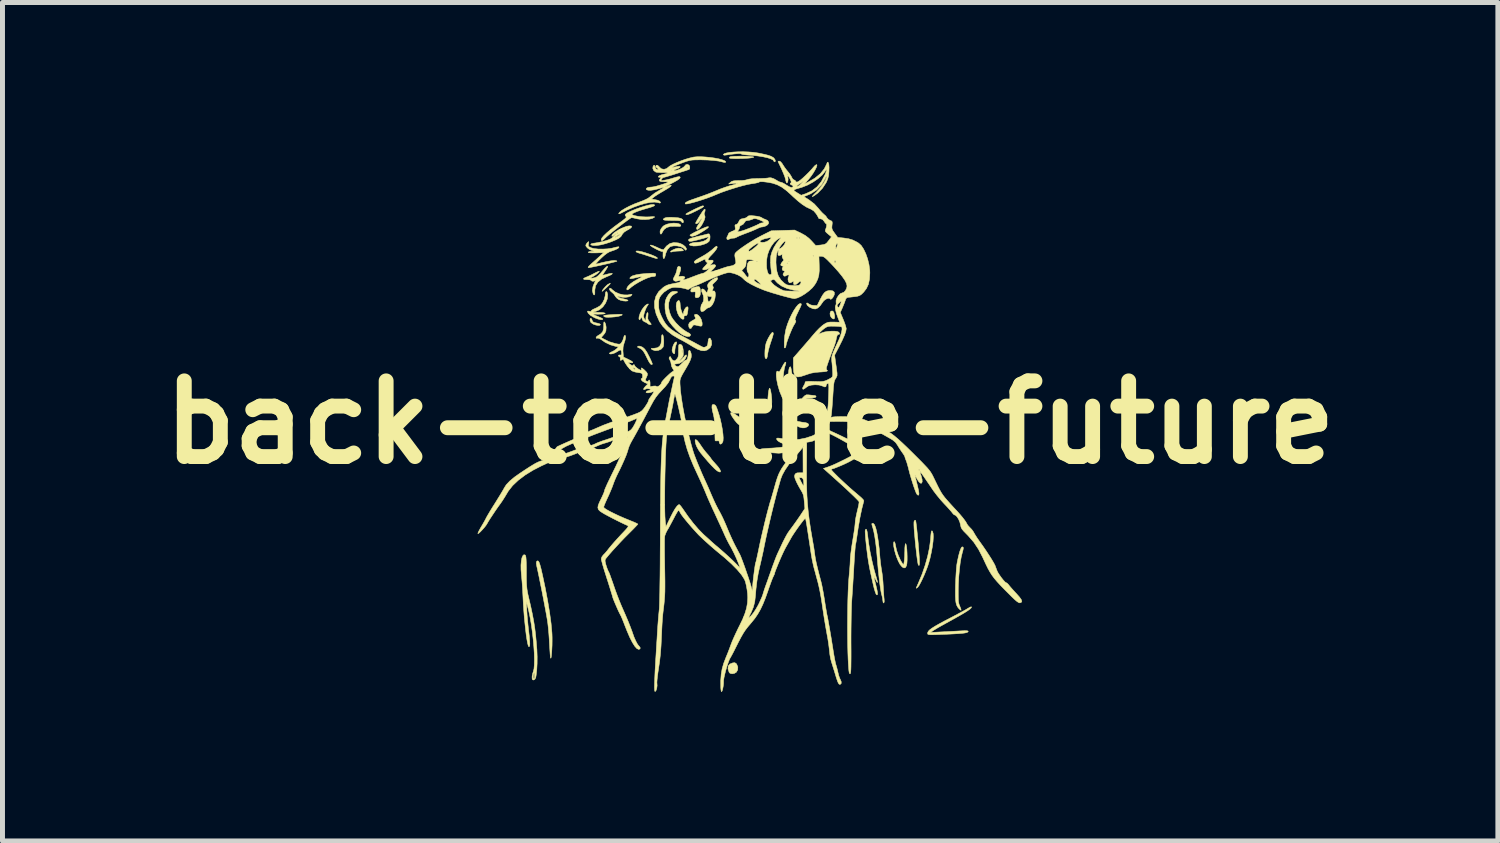
<source format=kicad_pcb>
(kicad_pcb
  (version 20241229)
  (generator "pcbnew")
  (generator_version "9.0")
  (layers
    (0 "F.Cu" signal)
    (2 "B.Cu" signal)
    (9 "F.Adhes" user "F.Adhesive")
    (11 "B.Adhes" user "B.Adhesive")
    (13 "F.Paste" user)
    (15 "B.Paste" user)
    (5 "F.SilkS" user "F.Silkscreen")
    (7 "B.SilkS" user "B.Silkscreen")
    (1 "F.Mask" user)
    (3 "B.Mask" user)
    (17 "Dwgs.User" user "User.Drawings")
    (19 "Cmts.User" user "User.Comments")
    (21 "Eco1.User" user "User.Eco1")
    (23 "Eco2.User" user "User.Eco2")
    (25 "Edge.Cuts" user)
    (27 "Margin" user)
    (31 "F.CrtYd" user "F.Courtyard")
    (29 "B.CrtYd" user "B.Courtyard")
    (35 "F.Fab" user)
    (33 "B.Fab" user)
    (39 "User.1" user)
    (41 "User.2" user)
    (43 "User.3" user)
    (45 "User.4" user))
  (footprint "back-to-the-future"
    (layer "F.Cu")
    (at 12.054 5.453)
    (property "Reference" "back-to-the-future" (at 0 0 0) (layer "F.SilkS") (effects (font (size 1.524 1.524) (thickness 0.3))))
    (attr through_hole)
    (fp_poly (pts (xy 1.685 -2.211) (xy 1.699 -2.152) (xy 1.7 -2.149) (xy 1.7 -2.1) (xy 1.685 -2.08) (xy 1.657 -2.089) (xy 1.633 -2.111) (xy 1.612 -2.149) (xy 1.607 -2.192) (xy 1.617 -2.227) (xy 1.632 -2.24) (xy 1.663 -2.24) (xy 1.685 -2.211)) (stroke (width 0.01) (type solid)) (fill yes) (layer "F.SilkS"))
    (fp_poly (pts (xy -2.828 -2.778) (xy -2.867 -2.738) (xy -2.894 -2.712) (xy -2.937 -2.673) (xy -2.968 -2.646) (xy -2.982 -2.636) (xy -2.982 -2.637) (xy -2.972 -2.662) (xy -2.944 -2.699) (xy -2.909 -2.739) (xy -2.875 -2.77) (xy -2.863 -2.778) (xy -2.826 -2.797) (xy -2.814 -2.797) (xy -2.828 -2.778)) (stroke (width 0.01) (type solid)) (fill yes) (layer "F.SilkS"))
    (fp_poly (pts (xy -0.282 4.857) (xy -0.272 4.87) (xy -0.249 4.926) (xy -0.252 4.984) (xy -0.279 5.031) (xy -0.319 5.055) (xy -0.365 5.063) (xy -0.405 5.053) (xy -0.423 5.035) (xy -0.447 4.965) (xy -0.442 4.908) (xy -0.41 4.867) (xy -0.35 4.843) (xy -0.309 4.84) (xy -0.282 4.857)) (stroke (width 0.01) (type solid)) (fill yes) (layer "F.SilkS"))
    (fp_poly (pts (xy -1.392 -3.5) (xy -1.356 -3.481) (xy -1.344 -3.458) (xy -1.359 -3.453) (xy -1.397 -3.45) (xy -1.43 -3.449) (xy -1.489 -3.446) (xy -1.542 -3.44) (xy -1.561 -3.435) (xy -1.593 -3.428) (xy -1.606 -3.432) (xy -1.592 -3.45) (xy -1.556 -3.472) (xy -1.51 -3.492) (xy -1.464 -3.504) (xy -1.441 -3.507) (xy -1.392 -3.5)) (stroke (width 0.01) (type solid)) (fill yes) (layer "F.SilkS"))
    (fp_poly (pts (xy -1.478 -1.602) (xy -1.491 -1.566) (xy -1.493 -1.562) (xy -1.507 -1.518) (xy -1.515 -1.462) (xy -1.516 -1.448) (xy -1.518 -1.399) (xy -1.525 -1.379) (xy -1.541 -1.385) (xy -1.553 -1.396) (xy -1.569 -1.427) (xy -1.573 -1.454) (xy -1.566 -1.498) (xy -1.549 -1.549) (xy -1.527 -1.592) (xy -1.508 -1.614) (xy -1.485 -1.62) (xy -1.478 -1.602)) (stroke (width 0.01) (type solid)) (fill yes) (layer "F.SilkS"))
    (fp_poly (pts (xy -3.19 -2.078) (xy -3.182 -2.052) (xy -3.164 -2.022) (xy -3.125 -2.007) (xy -3.065 -1.994) (xy -3.031 -1.983) (xy -3.017 -1.972) (xy -3.015 -1.965) (xy -3.029 -1.953) (xy -3.064 -1.951) (xy -3.11 -1.959) (xy -3.158 -1.976) (xy -3.163 -1.979) (xy -3.206 -2.009) (xy -3.224 -2.046) (xy -3.225 -2.054) (xy -3.222 -2.087) (xy -3.207 -2.095) (xy -3.19 -2.078)) (stroke (width 0.01) (type solid)) (fill yes) (layer "F.SilkS"))
    (fp_poly (pts (xy -0.935 -4.354) (xy -0.942 -4.34) (xy -0.978 -4.315) (xy -1.043 -4.28) (xy -1.09 -4.256) (xy -1.176 -4.215) (xy -1.236 -4.19) (xy -1.274 -4.18) (xy -1.292 -4.184) (xy -1.295 -4.192) (xy -1.281 -4.204) (xy -1.244 -4.226) (xy -1.192 -4.253) (xy -1.132 -4.284) (xy -1.071 -4.313) (xy -1.016 -4.337) (xy -0.974 -4.354) (xy -0.955 -4.359) (xy -0.935 -4.354)) (stroke (width 0.01) (type solid)) (fill yes) (layer "F.SilkS"))
    (fp_poly (pts (xy -2.577 -2.173) (xy -2.58 -2.159) (xy -2.609 -2.146) (xy -2.66 -2.133) (xy -2.726 -2.123) (xy -2.785 -2.118) (xy -2.858 -2.115) (xy -2.905 -2.117) (xy -2.933 -2.124) (xy -2.946 -2.134) (xy -2.951 -2.145) (xy -2.942 -2.152) (xy -2.914 -2.158) (xy -2.864 -2.163) (xy -2.786 -2.168) (xy -2.775 -2.169) (xy -2.7 -2.173) (xy -2.637 -2.175) (xy -2.594 -2.175) (xy -2.577 -2.173)) (stroke (width 0.01) (type solid)) (fill yes) (layer "F.SilkS"))
    (fp_poly (pts (xy 0.841 -0.067) (xy 0.849 -0.06) (xy 0.887 -0.04) (xy 0.952 -0.021) (xy 1.037 -0.004) (xy 1.114 0.006) (xy 1.159 0.02) (xy 1.179 0.044) (xy 1.17 0.073) (xy 1.139 0.095) (xy 1.093 0.111) (xy 1.049 0.111) (xy 0.991 0.096) (xy 0.979 0.091) (xy 0.891 0.05) (xy 0.833 0.002) (xy 0.816 -0.026) (xy 0.805 -0.063) (xy 0.815 -0.078) (xy 0.841 -0.067)) (stroke (width 0.01) (type solid)) (fill yes) (layer "F.SilkS"))
    (fp_poly (pts (xy -0.838 -3.932) (xy -0.857 -3.911) (xy -0.9 -3.879) (xy -0.965 -3.837) (xy -0.972 -3.833) (xy -1.055 -3.785) (xy -1.116 -3.757) (xy -1.162 -3.746) (xy -1.193 -3.749) (xy -1.211 -3.763) (xy -1.213 -3.768) (xy -1.199 -3.78) (xy -1.162 -3.802) (xy -1.11 -3.83) (xy -1.049 -3.86) (xy -0.987 -3.89) (xy -0.93 -3.915) (xy -0.887 -3.932) (xy -0.88 -3.934) (xy -0.845 -3.94) (xy -0.838 -3.932)) (stroke (width 0.01) (type solid)) (fill yes) (layer "F.SilkS"))
    (fp_poly (pts (xy -0.331 -0.18) (xy -0.269 -0.14) (xy -0.192 -0.08) (xy -0.135 -0.032) (xy -0.088 0.011) (xy -0.058 0.044) (xy -0.049 0.059) (xy -0.061 0.079) (xy -0.092 0.077) (xy -0.119 0.064) (xy -0.156 0.053) (xy -0.192 0.053) (xy -0.217 0.051) (xy -0.242 0.037) (xy -0.273 0.006) (xy -0.315 -0.046) (xy -0.364 -0.117) (xy -0.39 -0.165) (xy -0.392 -0.192) (xy -0.372 -0.197) (xy -0.331 -0.18)) (stroke (width 0.01) (type solid)) (fill yes) (layer "F.SilkS"))
    (fp_poly (pts (xy -0.075 -5.357) (xy -0.001 -5.354) (xy 0.048 -5.349) (xy 0.072 -5.342) (xy 0.067 -5.335) (xy 0.033 -5.327) (xy -0.019 -5.32) (xy -0.085 -5.315) (xy -0.16 -5.311) (xy -0.237 -5.31) (xy -0.309 -5.31) (xy -0.367 -5.312) (xy -0.405 -5.316) (xy -0.415 -5.32) (xy -0.422 -5.334) (xy -0.408 -5.345) (xy -0.37 -5.352) (xy -0.307 -5.357) (xy -0.214 -5.358) (xy -0.172 -5.359) (xy -0.075 -5.357)) (stroke (width 0.01) (type solid)) (fill yes) (layer "F.SilkS"))
    (fp_poly (pts (xy 1.175 -0.553) (xy 1.193 -0.551) (xy 1.245 -0.545) (xy 1.287 -0.541) (xy 1.297 -0.541) (xy 1.322 -0.531) (xy 1.327 -0.518) (xy 1.316 -0.504) (xy 1.28 -0.494) (xy 1.222 -0.489) (xy 1.144 -0.479) (xy 1.093 -0.46) (xy 1.085 -0.454) (xy 1.054 -0.43) (xy 1.034 -0.43) (xy 1.026 -0.439) (xy 1.031 -0.458) (xy 1.054 -0.49) (xy 1.069 -0.507) (xy 1.104 -0.54) (xy 1.134 -0.554) (xy 1.175 -0.553)) (stroke (width 0.01) (type solid)) (fill yes) (layer "F.SilkS"))
    (fp_poly (pts (xy -2.246 -3.448) (xy -2.24 -3.447) (xy -2.178 -3.434) (xy -2.107 -3.413) (xy -2.035 -3.389) (xy -1.968 -3.364) (xy -1.913 -3.34) (xy -1.878 -3.32) (xy -1.868 -3.308) (xy -1.87 -3.3) (xy -1.877 -3.297) (xy -1.897 -3.3) (xy -1.935 -3.311) (xy -1.995 -3.331) (xy -2.032 -3.343) (xy -2.105 -3.367) (xy -2.175 -3.389) (xy -2.23 -3.405) (xy -2.241 -3.408) (xy -2.285 -3.425) (xy -2.301 -3.44) (xy -2.288 -3.45) (xy -2.246 -3.448)) (stroke (width 0.01) (type solid)) (fill yes) (layer "F.SilkS"))
    (fp_poly (pts (xy -1.535 -4.125) (xy -1.45 -4.118) (xy -1.393 -4.105) (xy -1.359 -4.084) (xy -1.345 -4.054) (xy -1.344 -4.036) (xy -1.352 -4.017) (xy -1.37 -4.021) (xy -1.382 -4.039) (xy -1.393 -4.051) (xy -1.418 -4.058) (xy -1.462 -4.062) (xy -1.531 -4.064) (xy -1.573 -4.064) (xy -1.662 -4.066) (xy -1.72 -4.07) (xy -1.748 -4.079) (xy -1.749 -4.093) (xy -1.723 -4.112) (xy -1.718 -4.115) (xy -1.677 -4.125) (xy -1.606 -4.128) (xy -1.535 -4.125)) (stroke (width 0.01) (type solid)) (fill yes) (layer "F.SilkS"))
    (fp_poly (pts (xy -1.753 -1.746) (xy -1.745 -1.705) (xy -1.74 -1.65) (xy -1.74 -1.593) (xy -1.745 -1.543) (xy -1.754 -1.514) (xy -1.793 -1.473) (xy -1.85 -1.448) (xy -1.912 -1.443) (xy -1.967 -1.46) (xy -1.976 -1.466) (xy -1.993 -1.481) (xy -1.988 -1.488) (xy -1.957 -1.49) (xy -1.937 -1.491) (xy -1.868 -1.501) (xy -1.822 -1.533) (xy -1.795 -1.588) (xy -1.786 -1.669) (xy -1.786 -1.672) (xy -1.784 -1.731) (xy -1.777 -1.76) (xy -1.766 -1.766) (xy -1.753 -1.746)) (stroke (width 0.01) (type solid)) (fill yes) (layer "F.SilkS"))
    (fp_poly (pts (xy -1.478 -4.007) (xy -1.428 -3.995) (xy -1.4 -3.973) (xy -1.397 -3.964) (xy -1.4 -3.951) (xy -1.419 -3.945) (xy -1.46 -3.944) (xy -1.505 -3.946) (xy -1.606 -3.944) (xy -1.681 -3.923) (xy -1.735 -3.882) (xy -1.761 -3.842) (xy -1.783 -3.8) (xy -1.797 -3.788) (xy -1.809 -3.8) (xy -1.813 -3.81) (xy -1.814 -3.852) (xy -1.792 -3.901) (xy -1.755 -3.946) (xy -1.728 -3.966) (xy -1.673 -3.99) (xy -1.608 -4.005) (xy -1.54 -4.011) (xy -1.478 -4.007)) (stroke (width 0.01) (type solid)) (fill yes) (layer "F.SilkS"))
    (fp_poly (pts (xy 0.402 -0.673) (xy 0.413 -0.634) (xy 0.422 -0.579) (xy 0.43 -0.516) (xy 0.435 -0.455) (xy 0.436 -0.403) (xy 0.432 -0.369) (xy 0.431 -0.368) (xy 0.403 -0.328) (xy 0.36 -0.307) (xy 0.314 -0.31) (xy 0.306 -0.314) (xy 0.281 -0.34) (xy 0.288 -0.366) (xy 0.315 -0.385) (xy 0.34 -0.403) (xy 0.352 -0.436) (xy 0.356 -0.475) (xy 0.363 -0.559) (xy 0.371 -0.625) (xy 0.381 -0.67) (xy 0.391 -0.688) (xy 0.392 -0.688) (xy 0.402 -0.673)) (stroke (width 0.01) (type solid)) (fill yes) (layer "F.SilkS"))
    (fp_poly (pts (xy -2.215 -1.532) (xy -2.166 -1.512) (xy -2.122 -1.473) (xy -2.079 -1.41) (xy -2.033 -1.321) (xy -2.03 -1.315) (xy -1.998 -1.247) (xy -1.979 -1.203) (xy -1.97 -1.178) (xy -1.972 -1.167) (xy -1.981 -1.164) (xy -1.991 -1.163) (xy -2.01 -1.178) (xy -2.038 -1.219) (xy -2.071 -1.282) (xy -2.079 -1.299) (xy -2.119 -1.38) (xy -2.154 -1.436) (xy -2.189 -1.472) (xy -2.227 -1.494) (xy -2.241 -1.499) (xy -2.267 -1.513) (xy -2.266 -1.528) (xy -2.243 -1.535) (xy -2.215 -1.532)) (stroke (width 0.01) (type solid)) (fill yes) (layer "F.SilkS"))
    (fp_poly (pts (xy -1.023 -2.727) (xy -1.012 -2.706) (xy -1.01 -2.701) (xy -1 -2.633) (xy -1.006 -2.569) (xy -1.017 -2.539) (xy -1.044 -2.514) (xy -1.08 -2.507) (xy -1.104 -2.518) (xy -1.109 -2.541) (xy -1.105 -2.579) (xy -1.105 -2.581) (xy -1.101 -2.616) (xy -1.111 -2.628) (xy -1.145 -2.626) (xy -1.146 -2.626) (xy -1.181 -2.624) (xy -1.195 -2.637) (xy -1.196 -2.651) (xy -1.187 -2.686) (xy -1.155 -2.71) (xy -1.097 -2.726) (xy -1.088 -2.728) (xy -1.044 -2.733) (xy -1.023 -2.727)) (stroke (width 0.01) (type solid)) (fill yes) (layer "F.SilkS"))
    (fp_poly (pts (xy 0.465 -1.797) (xy 0.465 -1.776) (xy 0.458 -1.747) (xy 0.443 -1.697) (xy 0.422 -1.634) (xy 0.412 -1.606) (xy 0.388 -1.529) (xy 0.367 -1.451) (xy 0.354 -1.385) (xy 0.352 -1.372) (xy 0.342 -1.314) (xy 0.329 -1.283) (xy 0.314 -1.281) (xy 0.3 -1.304) (xy 0.297 -1.332) (xy 0.296 -1.383) (xy 0.298 -1.446) (xy 0.299 -1.458) (xy 0.307 -1.536) (xy 0.322 -1.599) (xy 0.349 -1.664) (xy 0.369 -1.703) (xy 0.405 -1.764) (xy 0.434 -1.801) (xy 0.455 -1.813) (xy 0.465 -1.797)) (stroke (width 0.01) (type solid)) (fill yes) (layer "F.SilkS"))
    (fp_poly (pts (xy 0.814 -1.115) (xy 0.822 -1.089) (xy 0.831 -1.037) (xy 0.835 -1.015) (xy 0.848 -0.943) (xy 0.864 -0.872) (xy 0.879 -0.819) (xy 0.901 -0.75) (xy 0.913 -0.706) (xy 0.914 -0.682) (xy 0.905 -0.673) (xy 0.899 -0.673) (xy 0.875 -0.685) (xy 0.844 -0.715) (xy 0.84 -0.72) (xy 0.81 -0.765) (xy 0.787 -0.81) (xy 0.787 -0.81) (xy 0.776 -0.858) (xy 0.771 -0.921) (xy 0.771 -0.989) (xy 0.777 -1.051) (xy 0.787 -1.096) (xy 0.793 -1.106) (xy 0.805 -1.119) (xy 0.814 -1.115)) (stroke (width 0.01) (type solid)) (fill yes) (layer "F.SilkS"))
    (fp_poly (pts (xy -1.043 -2.155) (xy -1.009 -2.115) (xy -0.982 -2.063) (xy -0.968 -2.006) (xy -0.967 -1.988) (xy -0.968 -1.958) (xy -0.975 -1.941) (xy -0.995 -1.936) (xy -1.033 -1.942) (xy -1.096 -1.957) (xy -1.104 -1.959) (xy -1.138 -1.961) (xy -1.159 -1.941) (xy -1.166 -1.927) (xy -1.19 -1.892) (xy -1.214 -1.888) (xy -1.232 -1.914) (xy -1.235 -1.924) (xy -1.239 -1.973) (xy -1.218 -2.011) (xy -1.169 -2.045) (xy -1.161 -2.049) (xy -1.12 -2.072) (xy -1.102 -2.089) (xy -1.103 -2.108) (xy -1.114 -2.13) (xy -1.122 -2.162) (xy -1.114 -2.171) (xy -1.08 -2.176) (xy -1.043 -2.155)) (stroke (width 0.01) (type solid)) (fill yes) (layer "F.SilkS"))
    (fp_poly (pts (xy -1.066 0.368) (xy -1.027 0.416) (xy -0.99 0.471) (xy -0.947 0.533) (xy -0.898 0.596) (xy -0.871 0.627) (xy -0.833 0.67) (xy -0.804 0.707) (xy -0.793 0.724) (xy -0.774 0.75) (xy -0.741 0.79) (xy -0.712 0.822) (xy -0.65 0.892) (xy -0.611 0.947) (xy -0.596 0.984) (xy -0.6 0.999) (xy -0.621 0.999) (xy -0.658 0.981) (xy -0.672 0.971) (xy -0.717 0.932) (xy -0.779 0.869) (xy -0.855 0.785) (xy -0.941 0.684) (xy -0.996 0.618) (xy -1.038 0.558) (xy -1.075 0.491) (xy -1.093 0.447) (xy -1.108 0.386) (xy -1.108 0.353) (xy -1.094 0.347) (xy -1.066 0.368)) (stroke (width 0.01) (type solid)) (fill yes) (layer "F.SilkS"))
    (fp_poly (pts (xy 3.333 1.984) (xy 3.338 2.013) (xy 3.345 2.068) (xy 3.354 2.143) (xy 3.363 2.234) (xy 3.373 2.333) (xy 3.383 2.435) (xy 3.391 2.533) (xy 3.398 2.623) (xy 3.403 2.696) (xy 3.404 2.708) (xy 3.408 2.793) (xy 3.408 2.849) (xy 3.404 2.877) (xy 3.395 2.882) (xy 3.384 2.868) (xy 3.378 2.844) (xy 3.369 2.791) (xy 3.358 2.715) (xy 3.347 2.62) (xy 3.334 2.51) (xy 3.322 2.391) (xy 3.311 2.266) (xy 3.308 2.241) (xy 3.3 2.14) (xy 3.297 2.067) (xy 3.297 2.018) (xy 3.301 1.99) (xy 3.307 1.98) (xy 3.324 1.97) (xy 3.333 1.984)) (stroke (width 0.01) (type solid)) (fill yes) (layer "F.SilkS"))
    (fp_poly (pts (xy 3.671 2.196) (xy 3.684 2.239) (xy 3.687 2.307) (xy 3.682 2.397) (xy 3.668 2.502) (xy 3.647 2.618) (xy 3.62 2.74) (xy 3.596 2.827) (xy 3.572 2.902) (xy 3.54 2.986) (xy 3.504 3.074) (xy 3.466 3.158) (xy 3.43 3.231) (xy 3.398 3.288) (xy 3.373 3.322) (xy 3.37 3.324) (xy 3.349 3.339) (xy 3.343 3.339) (xy 3.349 3.321) (xy 3.366 3.282) (xy 3.39 3.228) (xy 3.394 3.218) (xy 3.463 3.052) (xy 3.523 2.876) (xy 3.573 2.698) (xy 3.609 2.528) (xy 3.63 2.375) (xy 3.632 2.352) (xy 3.638 2.27) (xy 3.644 2.217) (xy 3.651 2.189) (xy 3.66 2.184) (xy 3.671 2.196)) (stroke (width 0.01) (type solid)) (fill yes) (layer "F.SilkS"))
    (fp_poly (pts (xy 1.665 -2.646) (xy 1.694 -2.62) (xy 1.695 -2.578) (xy 1.688 -2.557) (xy 1.666 -2.515) (xy 1.641 -2.486) (xy 1.62 -2.476) (xy 1.611 -2.485) (xy 1.592 -2.499) (xy 1.558 -2.495) (xy 1.518 -2.476) (xy 1.48 -2.446) (xy 1.464 -2.425) (xy 1.41 -2.349) (xy 1.361 -2.302) (xy 1.314 -2.282) (xy 1.266 -2.287) (xy 1.262 -2.288) (xy 1.192 -2.32) (xy 1.15 -2.356) (xy 1.145 -2.365) (xy 1.135 -2.396) (xy 1.146 -2.405) (xy 1.174 -2.389) (xy 1.18 -2.384) (xy 1.224 -2.362) (xy 1.281 -2.353) (xy 1.349 -2.352) (xy 1.411 -2.477) (xy 1.455 -2.557) (xy 1.494 -2.61) (xy 1.534 -2.64) (xy 1.581 -2.653) (xy 1.608 -2.655) (xy 1.665 -2.646)) (stroke (width 0.01) (type solid)) (fill yes) (layer "F.SilkS"))
    (fp_poly (pts (xy -1.424 -2.444) (xy -1.412 -2.407) (xy -1.409 -2.363) (xy -1.405 -2.322) (xy -1.395 -2.276) (xy -1.382 -2.233) (xy -1.368 -2.198) (xy -1.356 -2.177) (xy -1.347 -2.177) (xy -1.345 -2.193) (xy -1.336 -2.238) (xy -1.315 -2.283) (xy -1.29 -2.316) (xy -1.269 -2.327) (xy -1.254 -2.321) (xy -1.25 -2.299) (xy -1.254 -2.253) (xy -1.255 -2.249) (xy -1.264 -2.193) (xy -1.273 -2.163) (xy -1.287 -2.149) (xy -1.309 -2.147) (xy -1.31 -2.147) (xy -1.333 -2.138) (xy -1.333 -2.116) (xy -1.333 -2.084) (xy -1.354 -2.074) (xy -1.388 -2.09) (xy -1.428 -2.133) (xy -1.46 -2.195) (xy -1.481 -2.267) (xy -1.49 -2.339) (xy -1.484 -2.401) (xy -1.469 -2.433) (xy -1.444 -2.454) (xy -1.424 -2.444)) (stroke (width 0.01) (type solid)) (fill yes) (layer "F.SilkS"))
    (fp_poly (pts (xy 0.718 -1.208) (xy 0.719 -1.191) (xy 0.709 -1.155) (xy 0.697 -1.12) (xy 0.686 -1.074) (xy 0.675 -1.006) (xy 0.666 -0.928) (xy 0.662 -0.882) (xy 0.662 -0.729) (xy 0.681 -0.595) (xy 0.722 -0.474) (xy 0.739 -0.44) (xy 0.757 -0.394) (xy 0.754 -0.371) (xy 0.735 -0.376) (xy 0.702 -0.409) (xy 0.698 -0.414) (xy 0.642 -0.506) (xy 0.593 -0.624) (xy 0.557 -0.748) (xy 0.538 -0.838) (xy 0.527 -0.917) (xy 0.525 -0.979) (xy 0.532 -1.019) (xy 0.548 -1.032) (xy 0.572 -1.021) (xy 0.577 -1.014) (xy 0.586 -1.018) (xy 0.606 -1.047) (xy 0.632 -1.093) (xy 0.638 -1.104) (xy 0.666 -1.157) (xy 0.691 -1.195) (xy 0.706 -1.212) (xy 0.707 -1.213) (xy 0.718 -1.208)) (stroke (width 0.01) (type solid)) (fill yes) (layer "F.SilkS"))
    (fp_poly (pts (xy -0.908 -4.289) (xy -0.908 -4.255) (xy -0.918 -4.228) (xy -0.928 -4.193) (xy -0.917 -4.17) (xy -0.908 -4.134) (xy -0.922 -4.077) (xy -0.958 -4.003) (xy -0.983 -3.96) (xy -1.017 -3.916) (xy -1.048 -3.889) (xy -1.071 -3.883) (xy -1.081 -3.9) (xy -1.081 -3.904) (xy -1.073 -3.931) (xy -1.052 -3.968) (xy -1.048 -3.974) (xy -1.017 -4.022) (xy -0.991 -4.066) (xy -0.975 -4.099) (xy -0.973 -4.113) (xy -0.973 -4.113) (xy -0.986 -4.101) (xy -1.008 -4.069) (xy -1.016 -4.056) (xy -1.044 -4.021) (xy -1.072 -4) (xy -1.092 -3.998) (xy -1.098 -4.013) (xy -1.09 -4.032) (xy -1.067 -4.073) (xy -1.035 -4.127) (xy -1.008 -4.171) (xy -0.963 -4.24) (xy -0.932 -4.28) (xy -0.913 -4.293) (xy -0.908 -4.289)) (stroke (width 0.01) (type solid)) (fill yes) (layer "F.SilkS"))
    (fp_poly (pts (xy -1.476 -2.634) (xy -1.461 -2.623) (xy -1.478 -2.606) (xy -1.512 -2.591) (xy -1.573 -2.55) (xy -1.616 -2.487) (xy -1.64 -2.407) (xy -1.643 -2.315) (xy -1.624 -2.218) (xy -1.588 -2.127) (xy -1.548 -2.067) (xy -1.491 -1.998) (xy -1.423 -1.93) (xy -1.353 -1.871) (xy -1.29 -1.828) (xy -1.27 -1.817) (xy -1.22 -1.79) (xy -1.2 -1.766) (xy -1.2 -1.756) (xy -1.218 -1.732) (xy -1.258 -1.727) (xy -1.314 -1.74) (xy -1.361 -1.761) (xy -1.426 -1.805) (xy -1.497 -1.869) (xy -1.567 -1.945) (xy -1.626 -2.022) (xy -1.666 -2.092) (xy -1.697 -2.182) (xy -1.714 -2.283) (xy -1.716 -2.382) (xy -1.705 -2.454) (xy -1.682 -2.512) (xy -1.646 -2.569) (xy -1.636 -2.581) (xy -1.597 -2.619) (xy -1.56 -2.635) (xy -1.522 -2.638) (xy -1.476 -2.634)) (stroke (width 0.01) (type solid)) (fill yes) (layer "F.SilkS"))
    (fp_poly (pts (xy -0.735 -0.358) (xy -0.716 -0.353) (xy -0.701 -0.343) (xy -0.687 -0.322) (xy -0.671 -0.285) (xy -0.651 -0.227) (xy -0.625 -0.146) (xy -0.6 -0.054) (xy -0.578 0.045) (xy -0.56 0.145) (xy -0.548 0.237) (xy -0.543 0.314) (xy -0.546 0.371) (xy -0.55 0.388) (xy -0.571 0.427) (xy -0.596 0.44) (xy -0.611 0.432) (xy -0.621 0.407) (xy -0.623 0.393) (xy -0.631 0.373) (xy -0.661 0.372) (xy -0.664 0.373) (xy -0.695 0.374) (xy -0.706 0.367) (xy -0.707 0.346) (xy -0.709 0.299) (xy -0.71 0.232) (xy -0.712 0.152) (xy -0.713 0.131) (xy -0.718 0.000096) (xy -0.729 -0.101) (xy -0.744 -0.17) (xy -0.744 -0.171) (xy -0.76 -0.23) (xy -0.769 -0.287) (xy -0.77 -0.307) (xy -0.767 -0.345) (xy -0.754 -0.358) (xy -0.735 -0.358)) (stroke (width 0.01) (type solid)) (fill yes) (layer "F.SilkS"))
    (fp_poly (pts (xy 1.025 -2.389) (xy 1.03 -2.376) (xy 1.023 -2.348) (xy 1.002 -2.301) (xy 0.967 -2.23) (xy 0.967 -2.229) (xy 0.93 -2.152) (xy 0.909 -2.1) (xy 0.903 -2.067) (xy 0.91 -2.05) (xy 0.918 -2.046) (xy 0.919 -2.03) (xy 0.905 -1.998) (xy 0.892 -1.977) (xy 0.868 -1.936) (xy 0.839 -1.875) (xy 0.808 -1.802) (xy 0.778 -1.725) (xy 0.751 -1.652) (xy 0.731 -1.591) (xy 0.722 -1.549) (xy 0.721 -1.542) (xy 0.715 -1.515) (xy 0.702 -1.498) (xy 0.69 -1.499) (xy 0.687 -1.511) (xy 0.686 -1.62) (xy 0.695 -1.739) (xy 0.714 -1.849) (xy 0.722 -1.884) (xy 0.753 -1.982) (xy 0.792 -2.08) (xy 0.836 -2.173) (xy 0.881 -2.255) (xy 0.926 -2.322) (xy 0.967 -2.37) (xy 1.002 -2.392) (xy 1.01 -2.393) (xy 1.025 -2.389)) (stroke (width 0.01) (type solid)) (fill yes) (layer "F.SilkS"))
    (fp_poly (pts (xy 2.909 2.411) (xy 2.92 2.446) (xy 2.925 2.471) (xy 2.946 2.572) (xy 2.981 2.676) (xy 3.022 2.769) (xy 3.044 2.808) (xy 3.088 2.876) (xy 3.1 2.81) (xy 3.105 2.764) (xy 3.11 2.696) (xy 3.112 2.62) (xy 3.113 2.593) (xy 3.114 2.527) (xy 3.119 2.476) (xy 3.124 2.446) (xy 3.128 2.442) (xy 3.138 2.457) (xy 3.147 2.498) (xy 3.154 2.557) (xy 3.158 2.628) (xy 3.16 2.703) (xy 3.16 2.775) (xy 3.156 2.838) (xy 3.148 2.883) (xy 3.148 2.884) (xy 3.127 2.923) (xy 3.097 2.932) (xy 3.06 2.912) (xy 3.02 2.864) (xy 3.015 2.857) (xy 2.983 2.797) (xy 2.953 2.725) (xy 2.926 2.647) (xy 2.905 2.57) (xy 2.891 2.5) (xy 2.886 2.445) (xy 2.891 2.41) (xy 2.897 2.403) (xy 2.909 2.411)) (stroke (width 0.01) (type solid)) (fill yes) (layer "F.SilkS"))
    (fp_poly (pts (xy 4.287 2.513) (xy 4.292 2.532) (xy 4.285 2.572) (xy 4.271 2.622) (xy 4.249 2.712) (xy 4.229 2.828) (xy 4.213 2.962) (xy 4.2 3.106) (xy 4.192 3.254) (xy 4.189 3.359) (xy 4.189 3.462) (xy 4.19 3.537) (xy 4.192 3.593) (xy 4.198 3.634) (xy 4.206 3.667) (xy 4.219 3.698) (xy 4.223 3.708) (xy 4.243 3.758) (xy 4.246 3.782) (xy 4.231 3.778) (xy 4.2 3.749) (xy 4.175 3.717) (xy 4.157 3.681) (xy 4.144 3.636) (xy 4.136 3.577) (xy 4.132 3.499) (xy 4.132 3.398) (xy 4.134 3.269) (xy 4.135 3.263) (xy 4.139 3.154) (xy 4.145 3.046) (xy 4.152 2.949) (xy 4.16 2.869) (xy 4.168 2.819) (xy 4.192 2.705) (xy 4.215 2.615) (xy 4.238 2.55) (xy 4.258 2.514) (xy 4.27 2.507) (xy 4.287 2.513)) (stroke (width 0.01) (type solid)) (fill yes) (layer "F.SilkS"))
    (fp_poly (pts (xy -2.804 -2.696) (xy -2.776 -2.669) (xy -2.715 -2.622) (xy -2.634 -2.586) (xy -2.546 -2.566) (xy -2.463 -2.565) (xy -2.434 -2.571) (xy -2.394 -2.579) (xy -2.38 -2.575) (xy -2.38 -2.568) (xy -2.404 -2.543) (xy -2.451 -2.525) (xy -2.512 -2.517) (xy -2.578 -2.519) (xy -2.639 -2.531) (xy -2.648 -2.535) (xy -2.667 -2.538) (xy -2.665 -2.527) (xy -2.644 -2.514) (xy -2.6 -2.499) (xy -2.556 -2.488) (xy -2.504 -2.475) (xy -2.469 -2.463) (xy -2.458 -2.455) (xy -2.472 -2.444) (xy -2.508 -2.441) (xy -2.555 -2.445) (xy -2.604 -2.456) (xy -2.645 -2.471) (xy -2.651 -2.475) (xy -2.69 -2.506) (xy -2.717 -2.54) (xy -2.719 -2.544) (xy -2.741 -2.578) (xy -2.778 -2.614) (xy -2.784 -2.618) (xy -2.817 -2.648) (xy -2.834 -2.675) (xy -2.835 -2.68) (xy -2.827 -2.702) (xy -2.804 -2.696)) (stroke (width 0.01) (type solid)) (fill yes) (layer "F.SilkS"))
    (fp_poly (pts (xy -1.919 -3) (xy -1.905 -2.993) (xy -1.901 -2.981) (xy -1.901 -2.971) (xy -1.908 -2.945) (xy -1.935 -2.937) (xy -1.946 -2.937) (xy -1.999 -2.929) (xy -2.071 -2.905) (xy -2.153 -2.869) (xy -2.239 -2.824) (xy -2.32 -2.776) (xy -2.389 -2.727) (xy -2.419 -2.701) (xy -2.456 -2.672) (xy -2.478 -2.666) (xy -2.482 -2.669) (xy -2.483 -2.701) (xy -2.459 -2.742) (xy -2.412 -2.788) (xy -2.347 -2.835) (xy -2.267 -2.88) (xy -2.253 -2.887) (xy -2.205 -2.912) (xy -2.187 -2.927) (xy -2.199 -2.932) (xy -2.24 -2.926) (xy -2.311 -2.91) (xy -2.318 -2.908) (xy -2.38 -2.894) (xy -2.415 -2.892) (xy -2.424 -2.902) (xy -2.411 -2.922) (xy -2.372 -2.948) (xy -2.302 -2.969) (xy -2.204 -2.986) (xy -2.079 -2.997) (xy -2.077 -2.997) (xy -1.999 -3.001) (xy -1.949 -3.003) (xy -1.919 -3)) (stroke (width 0.01) (type solid)) (fill yes) (layer "F.SilkS"))
    (fp_poly (pts (xy -0.035 -5.444) (xy 0.065 -5.436) (xy 0.156 -5.423) (xy 0.167 -5.421) (xy 0.276 -5.398) (xy 0.358 -5.378) (xy 0.416 -5.358) (xy 0.456 -5.337) (xy 0.475 -5.323) (xy 0.499 -5.291) (xy 0.508 -5.262) (xy 0.498 -5.245) (xy 0.492 -5.244) (xy 0.476 -5.256) (xy 0.475 -5.26) (xy 0.46 -5.282) (xy 0.416 -5.305) (xy 0.348 -5.327) (xy 0.262 -5.346) (xy 0.161 -5.362) (xy 0.05 -5.375) (xy -0.03 -5.38) (xy -0.094 -5.385) (xy -0.145 -5.392) (xy -0.174 -5.4) (xy -0.178 -5.403) (xy -0.2 -5.41) (xy -0.249 -5.41) (xy -0.32 -5.404) (xy -0.409 -5.393) (xy -0.471 -5.383) (xy -0.521 -5.378) (xy -0.54 -5.386) (xy -0.541 -5.389) (xy -0.525 -5.407) (xy -0.482 -5.422) (xy -0.417 -5.434) (xy -0.335 -5.442) (xy -0.24 -5.447) (xy -0.138 -5.448) (xy -0.035 -5.444)) (stroke (width 0.01) (type solid)) (fill yes) (layer "F.SilkS"))
    (fp_poly (pts (xy -0.813 -3.773) (xy -0.808 -3.736) (xy -0.812 -3.686) (xy -0.827 -3.645) (xy -0.828 -3.644) (xy -0.863 -3.614) (xy -0.921 -3.588) (xy -0.992 -3.567) (xy -1.068 -3.553) (xy -1.139 -3.55) (xy -1.194 -3.559) (xy -1.197 -3.56) (xy -1.225 -3.572) (xy -1.224 -3.584) (xy -1.205 -3.598) (xy -1.169 -3.612) (xy -1.114 -3.621) (xy -1.087 -3.622) (xy -1.009 -3.629) (xy -0.937 -3.648) (xy -0.881 -3.676) (xy -0.85 -3.708) (xy -0.84 -3.731) (xy -0.851 -3.733) (xy -0.863 -3.728) (xy -0.891 -3.719) (xy -0.943 -3.704) (xy -1.009 -3.686) (xy -1.053 -3.674) (xy -1.132 -3.655) (xy -1.185 -3.645) (xy -1.217 -3.644) (xy -1.233 -3.651) (xy -1.243 -3.669) (xy -1.235 -3.684) (xy -1.206 -3.701) (xy -1.151 -3.718) (xy -1.068 -3.74) (xy -1.048 -3.745) (xy -0.976 -3.762) (xy -0.916 -3.777) (xy -0.875 -3.788) (xy -0.86 -3.792) (xy -0.83 -3.795) (xy -0.813 -3.773)) (stroke (width 0.01) (type solid)) (fill yes) (layer "F.SilkS"))
    (fp_poly (pts (xy -4.265 2.795) (xy -4.249 2.821) (xy -4.232 2.87) (xy -4.212 2.944) (xy -4.188 3.048) (xy -4.185 3.059) (xy -4.126 3.337) (xy -4.077 3.597) (xy -4.038 3.834) (xy -4.009 4.047) (xy -3.992 4.232) (xy -3.99 4.263) (xy -3.988 4.332) (xy -3.988 4.41) (xy -3.989 4.49) (xy -3.993 4.569) (xy -3.997 4.639) (xy -4.002 4.696) (xy -4.008 4.735) (xy -4.014 4.75) (xy -4.018 4.744) (xy -4.023 4.716) (xy -4.028 4.663) (xy -4.033 4.59) (xy -4.038 4.506) (xy -4.04 4.474) (xy -4.046 4.367) (xy -4.054 4.253) (xy -4.064 4.143) (xy -4.074 4.053) (xy -4.074 4.051) (xy -4.083 3.989) (xy -4.098 3.9) (xy -4.118 3.79) (xy -4.142 3.663) (xy -4.168 3.526) (xy -4.196 3.382) (xy -4.225 3.239) (xy -4.253 3.1) (xy -4.28 2.972) (xy -4.297 2.895) (xy -4.306 2.84) (xy -4.303 2.808) (xy -4.296 2.798) (xy -4.28 2.788) (xy -4.265 2.795)) (stroke (width 0.01) (type solid)) (fill yes) (layer "F.SilkS"))
    (fp_poly (pts (xy -1.447 -3.612) (xy -1.4 -3.598) (xy -1.346 -3.569) (xy -1.305 -3.534) (xy -1.284 -3.499) (xy -1.287 -3.473) (xy -1.302 -3.465) (xy -1.315 -3.482) (xy -1.35 -3.515) (xy -1.407 -3.539) (xy -1.474 -3.553) (xy -1.542 -3.554) (xy -1.6 -3.541) (xy -1.619 -3.53) (xy -1.667 -3.478) (xy -1.701 -3.399) (xy -1.711 -3.355) (xy -1.724 -3.312) (xy -1.738 -3.295) (xy -1.75 -3.307) (xy -1.755 -3.339) (xy -1.755 -3.386) (xy -1.754 -3.417) (xy -1.756 -3.438) (xy -1.762 -3.438) (xy -1.781 -3.439) (xy -1.822 -3.454) (xy -1.877 -3.479) (xy -1.907 -3.495) (xy -1.971 -3.531) (xy -2.005 -3.555) (xy -2.012 -3.568) (xy -1.992 -3.568) (xy -1.948 -3.554) (xy -1.882 -3.526) (xy -1.864 -3.517) (xy -1.801 -3.489) (xy -1.758 -3.476) (xy -1.739 -3.477) (xy -1.739 -3.478) (xy -1.725 -3.5) (xy -1.696 -3.535) (xy -1.681 -3.552) (xy -1.616 -3.6) (xy -1.537 -3.62) (xy -1.447 -3.612)) (stroke (width 0.01) (type solid)) (fill yes) (layer "F.SilkS"))
    (fp_poly (pts (xy 2.344 2.161) (xy 2.355 2.202) (xy 2.365 2.271) (xy 2.366 2.281) (xy 2.385 2.435) (xy 2.414 2.608) (xy 2.452 2.79) (xy 2.496 2.972) (xy 2.545 3.143) (xy 2.547 3.15) (xy 2.561 3.203) (xy 2.563 3.225) (xy 2.553 3.216) (xy 2.532 3.177) (xy 2.523 3.159) (xy 2.505 3.12) (xy 2.495 3.105) (xy 2.494 3.116) (xy 2.501 3.155) (xy 2.517 3.224) (xy 2.522 3.242) (xy 2.544 3.333) (xy 2.558 3.397) (xy 2.564 3.439) (xy 2.564 3.462) (xy 2.557 3.473) (xy 2.549 3.474) (xy 2.535 3.46) (xy 2.518 3.417) (xy 2.496 3.344) (xy 2.477 3.265) (xy 2.454 3.165) (xy 2.43 3.057) (xy 2.408 2.953) (xy 2.395 2.884) (xy 2.381 2.804) (xy 2.367 2.711) (xy 2.354 2.611) (xy 2.341 2.508) (xy 2.331 2.41) (xy 2.322 2.321) (xy 2.317 2.247) (xy 2.315 2.195) (xy 2.317 2.17) (xy 2.331 2.15) (xy 2.344 2.161)) (stroke (width 0.01) (type solid)) (fill yes) (layer "F.SilkS"))
    (fp_poly (pts (xy 2.481 2.037) (xy 2.502 2.061) (xy 2.524 2.114) (xy 2.545 2.192) (xy 2.564 2.293) (xy 2.582 2.412) (xy 2.598 2.545) (xy 2.606 2.638) (xy 2.614 2.734) (xy 2.624 2.828) (xy 2.635 2.911) (xy 2.645 2.973) (xy 2.646 2.982) (xy 2.656 3.043) (xy 2.666 3.125) (xy 2.674 3.216) (xy 2.678 3.286) (xy 2.683 3.371) (xy 2.688 3.453) (xy 2.693 3.521) (xy 2.697 3.56) (xy 2.699 3.61) (xy 2.692 3.636) (xy 2.688 3.638) (xy 2.676 3.624) (xy 2.671 3.593) (xy 2.666 3.55) (xy 2.654 3.494) (xy 2.647 3.471) (xy 2.635 3.416) (xy 2.621 3.333) (xy 2.606 3.226) (xy 2.592 3.1) (xy 2.577 2.959) (xy 2.564 2.807) (xy 2.556 2.712) (xy 2.544 2.567) (xy 2.527 2.429) (xy 2.509 2.305) (xy 2.489 2.201) (xy 2.469 2.122) (xy 2.464 2.109) (xy 2.45 2.06) (xy 2.451 2.036) (xy 2.469 2.034) (xy 2.481 2.037)) (stroke (width 0.01) (type solid)) (fill yes) (layer "F.SilkS"))
    (fp_poly (pts (xy -2.055 -2.366) (xy -2.069 -2.348) (xy -2.09 -2.312) (xy -2.113 -2.258) (xy -2.133 -2.199) (xy -2.145 -2.149) (xy -2.147 -2.133) (xy -2.137 -2.097) (xy -2.122 -2.072) (xy -2.103 -2.05) (xy -2.098 -2.054) (xy -2.1 -2.073) (xy -2.099 -2.113) (xy -2.091 -2.158) (xy -2.079 -2.195) (xy -2.065 -2.212) (xy -2.064 -2.212) (xy -2.057 -2.198) (xy -2.057 -2.162) (xy -2.059 -2.142) (xy -2.062 -2.091) (xy -2.05 -2.054) (xy -2.024 -2.019) (xy -1.998 -1.986) (xy -1.992 -1.971) (xy -2.005 -1.967) (xy -2.012 -1.966) (xy -2.049 -1.977) (xy -2.063 -1.989) (xy -2.094 -2.011) (xy -2.122 -2.022) (xy -2.159 -2.046) (xy -2.176 -2.085) (xy -2.186 -2.119) (xy -2.193 -2.124) (xy -2.202 -2.102) (xy -2.202 -2.102) (xy -2.219 -2.069) (xy -2.233 -2.066) (xy -2.24 -2.088) (xy -2.237 -2.126) (xy -2.214 -2.199) (xy -2.175 -2.274) (xy -2.127 -2.337) (xy -2.103 -2.359) (xy -2.069 -2.381) (xy -2.051 -2.383) (xy -2.055 -2.366)) (stroke (width 0.01) (type solid)) (fill yes) (layer "F.SilkS"))
    (fp_poly (pts (xy -2.882 -2.621) (xy -2.871 -2.579) (xy -2.87 -2.572) (xy -2.877 -2.485) (xy -2.911 -2.401) (xy -2.965 -2.325) (xy -3.035 -2.266) (xy -3.114 -2.232) (xy -3.116 -2.232) (xy -3.148 -2.224) (xy -3.159 -2.219) (xy -3.145 -2.216) (xy -3.104 -2.215) (xy -3.052 -2.214) (xy -2.984 -2.211) (xy -2.939 -2.204) (xy -2.918 -2.195) (xy -2.924 -2.187) (xy -2.959 -2.18) (xy -3.011 -2.178) (xy -3.068 -2.177) (xy -3.115 -2.178) (xy -3.134 -2.179) (xy -3.16 -2.178) (xy -3.155 -2.169) (xy -3.119 -2.152) (xy -3.064 -2.13) (xy -3.014 -2.109) (xy -2.978 -2.091) (xy -2.966 -2.079) (xy -2.98 -2.066) (xy -3.015 -2.067) (xy -3.067 -2.08) (xy -3.127 -2.103) (xy -3.15 -2.115) (xy -3.22 -2.157) (xy -3.263 -2.199) (xy -3.277 -2.236) (xy -3.264 -2.24) (xy -3.234 -2.235) (xy -3.204 -2.231) (xy -3.201 -2.241) (xy -3.193 -2.255) (xy -3.162 -2.275) (xy -3.139 -2.285) (xy -3.084 -2.31) (xy -3.034 -2.339) (xy -3.022 -2.347) (xy -2.976 -2.4) (xy -2.939 -2.472) (xy -2.919 -2.55) (xy -2.917 -2.578) (xy -2.911 -2.621) (xy -2.898 -2.635) (xy -2.882 -2.621)) (stroke (width 0.01) (type solid)) (fill yes) (layer "F.SilkS"))
    (fp_poly (pts (xy 4.456 3.724) (xy 4.45 3.735) (xy 4.426 3.759) (xy 4.376 3.795) (xy 4.3 3.843) (xy 4.196 3.903) (xy 4.064 3.977) (xy 4.02 4.001) (xy 3.93 4.051) (xy 3.845 4.098) (xy 3.773 4.139) (xy 3.718 4.172) (xy 3.687 4.191) (xy 3.63 4.231) (xy 3.818 4.221) (xy 3.919 4.216) (xy 4.035 4.21) (xy 4.147 4.204) (xy 4.201 4.201) (xy 4.285 4.197) (xy 4.341 4.195) (xy 4.373 4.198) (xy 4.388 4.204) (xy 4.389 4.213) (xy 4.379 4.224) (xy 4.357 4.234) (xy 4.319 4.242) (xy 4.262 4.249) (xy 4.183 4.255) (xy 4.079 4.261) (xy 3.946 4.267) (xy 3.888 4.269) (xy 3.779 4.274) (xy 3.699 4.276) (xy 3.642 4.277) (xy 3.606 4.275) (xy 3.585 4.271) (xy 3.575 4.264) (xy 3.573 4.255) (xy 3.572 4.25) (xy 3.576 4.227) (xy 3.59 4.203) (xy 3.617 4.176) (xy 3.659 4.145) (xy 3.719 4.107) (xy 3.801 4.06) (xy 3.906 4.003) (xy 4.037 3.935) (xy 4.128 3.887) (xy 4.214 3.841) (xy 4.288 3.801) (xy 4.346 3.769) (xy 4.373 3.752) (xy 4.425 3.722) (xy 4.452 3.713) (xy 4.456 3.724)) (stroke (width 0.01) (type solid)) (fill yes) (layer "F.SilkS"))
    (fp_poly (pts (xy -2.869 -3.135) (xy -2.884 -3.102) (xy -2.911 -3.06) (xy -2.941 -3.016) (xy -2.963 -2.982) (xy -2.97 -2.972) (xy -2.968 -2.963) (xy -2.939 -2.967) (xy -2.906 -2.976) (xy -2.834 -2.994) (xy -2.79 -3) (xy -2.774 -2.994) (xy -2.789 -2.978) (xy -2.834 -2.955) (xy -2.883 -2.935) (xy -2.99 -2.885) (xy -3.067 -2.823) (xy -3.113 -2.75) (xy -3.128 -2.665) (xy -3.128 -2.646) (xy -3.128 -2.591) (xy -3.135 -2.565) (xy -3.149 -2.568) (xy -3.161 -2.587) (xy -3.178 -2.651) (xy -3.166 -2.731) (xy -3.146 -2.783) (xy -3.114 -2.853) (xy -3.149 -2.842) (xy -3.184 -2.842) (xy -3.197 -2.854) (xy -3.224 -2.869) (xy -3.278 -2.873) (xy -3.285 -2.873) (xy -3.336 -2.875) (xy -3.357 -2.886) (xy -3.347 -2.902) (xy -3.306 -2.921) (xy -3.264 -2.938) (xy -3.206 -2.965) (xy -3.149 -2.994) (xy -3.097 -3.021) (xy -3.057 -3.038) (xy -3.038 -3.043) (xy -3.037 -3.043) (xy -3.043 -3.029) (xy -3.069 -3.003) (xy -3.107 -2.973) (xy -3.149 -2.945) (xy -3.186 -2.924) (xy -3.187 -2.923) (xy -3.213 -2.909) (xy -3.209 -2.902) (xy -3.178 -2.903) (xy -3.13 -2.911) (xy -3.097 -2.924) (xy -3.059 -2.953) (xy -3.012 -3.002) (xy -2.977 -3.044) (xy -2.929 -3.099) (xy -2.894 -3.132) (xy -2.873 -3.145) (xy -2.869 -3.135)) (stroke (width 0.01) (type solid)) (fill yes) (layer "F.SilkS"))
    (fp_poly (pts (xy -1.938 -4.384) (xy -1.922 -4.374) (xy -1.929 -4.361) (xy -1.961 -4.345) (xy -2.02 -4.325) (xy -2.089 -4.305) (xy -2.196 -4.273) (xy -2.28 -4.244) (xy -2.341 -4.218) (xy -2.375 -4.197) (xy -2.38 -4.182) (xy -2.376 -4.179) (xy -2.329 -4.162) (xy -2.259 -4.148) (xy -2.178 -4.139) (xy -2.095 -4.135) (xy -2.024 -4.137) (xy -1.963 -4.142) (xy -1.931 -4.141) (xy -1.924 -4.134) (xy -1.928 -4.129) (xy -1.969 -4.106) (xy -2.033 -4.09) (xy -2.112 -4.083) (xy -2.195 -4.085) (xy -2.275 -4.097) (xy -2.303 -4.104) (xy -2.352 -4.116) (xy -2.388 -4.12) (xy -2.399 -4.117) (xy -2.436 -4.092) (xy -2.492 -4.052) (xy -2.561 -4.001) (xy -2.636 -3.943) (xy -2.713 -3.883) (xy -2.785 -3.826) (xy -2.846 -3.776) (xy -2.89 -3.738) (xy -2.908 -3.721) (xy -2.953 -3.677) (xy -2.981 -3.658) (xy -2.995 -3.661) (xy -2.999 -3.682) (xy -2.986 -3.712) (xy -2.948 -3.757) (xy -2.89 -3.813) (xy -2.814 -3.878) (xy -2.724 -3.948) (xy -2.649 -4.003) (xy -2.576 -4.056) (xy -2.528 -4.093) (xy -2.501 -4.119) (xy -2.494 -4.135) (xy -2.499 -4.142) (xy -2.517 -4.167) (xy -2.515 -4.182) (xy -2.493 -4.204) (xy -2.446 -4.231) (xy -2.38 -4.261) (xy -2.302 -4.293) (xy -2.217 -4.323) (xy -2.133 -4.35) (xy -2.056 -4.371) (xy -1.992 -4.384) (xy -1.948 -4.387) (xy -1.938 -4.384)) (stroke (width 0.01) (type solid)) (fill yes) (layer "F.SilkS"))
    (fp_poly (pts (xy -0.654 -2.906) (xy -0.66 -2.88) (xy -0.693 -2.839) (xy -0.714 -2.82) (xy -0.749 -2.786) (xy -0.761 -2.764) (xy -0.754 -2.745) (xy -0.753 -2.744) (xy -0.741 -2.717) (xy -0.75 -2.681) (xy -0.752 -2.677) (xy -0.763 -2.648) (xy -0.757 -2.641) (xy -0.747 -2.644) (xy -0.72 -2.644) (xy -0.705 -2.616) (xy -0.701 -2.565) (xy -0.709 -2.497) (xy -0.73 -2.43) (xy -0.76 -2.371) (xy -0.795 -2.329) (xy -0.831 -2.31) (xy -0.835 -2.31) (xy -0.863 -2.299) (xy -0.897 -2.272) (xy -0.899 -2.269) (xy -0.934 -2.241) (xy -0.966 -2.229) (xy -0.968 -2.229) (xy -0.987 -2.235) (xy -0.995 -2.259) (xy -0.997 -2.296) (xy -0.986 -2.36) (xy -0.965 -2.394) (xy -0.942 -2.438) (xy -0.935 -2.496) (xy -0.945 -2.558) (xy -0.945 -2.558) (xy -0.865 -2.558) (xy -0.862 -2.54) (xy -0.854 -2.492) (xy -0.852 -2.462) (xy -0.845 -2.431) (xy -0.826 -2.43) (xy -0.799 -2.458) (xy -0.796 -2.462) (xy -0.774 -2.503) (xy -0.773 -2.528) (xy -0.794 -2.534) (xy -0.802 -2.532) (xy -0.837 -2.536) (xy -0.852 -2.552) (xy -0.865 -2.569) (xy -0.865 -2.558) (xy -0.945 -2.558) (xy -0.959 -2.589) (xy -0.979 -2.639) (xy -0.979 -2.673) (xy -0.963 -2.687) (xy -0.934 -2.677) (xy -0.905 -2.647) (xy -0.873 -2.607) (xy -0.854 -2.648) (xy -0.844 -2.695) (xy -0.853 -2.721) (xy -0.86 -2.76) (xy -0.84 -2.802) (xy -0.791 -2.85) (xy -0.767 -2.868) (xy -0.71 -2.903) (xy -0.672 -2.915) (xy -0.654 -2.906)) (stroke (width 0.01) (type solid)) (fill yes) (layer "F.SilkS"))
    (fp_poly (pts (xy -3.25 -3.624) (xy -3.255 -3.59) (xy -3.255 -3.589) (xy -3.259 -3.556) (xy -3.246 -3.536) (xy -3.211 -3.517) (xy -3.203 -3.514) (xy -3.143 -3.498) (xy -3.061 -3.489) (xy -2.967 -3.488) (xy -2.871 -3.493) (xy -2.785 -3.506) (xy -2.747 -3.515) (xy -2.696 -3.528) (xy -2.657 -3.534) (xy -2.642 -3.533) (xy -2.645 -3.516) (xy -2.673 -3.495) (xy -2.723 -3.472) (xy -2.786 -3.45) (xy -2.834 -3.433) (xy -2.879 -3.407) (xy -2.93 -3.369) (xy -2.993 -3.313) (xy -3.007 -3.299) (xy -3.056 -3.251) (xy -3.091 -3.213) (xy -3.108 -3.19) (xy -3.105 -3.184) (xy -2.994 -3.213) (xy -2.894 -3.236) (xy -2.809 -3.251) (xy -2.747 -3.258) (xy -2.725 -3.257) (xy -2.691 -3.252) (xy -2.683 -3.244) (xy -2.687 -3.242) (xy -2.717 -3.233) (xy -2.771 -3.219) (xy -2.842 -3.201) (xy -2.923 -3.182) (xy -3.008 -3.163) (xy -3.09 -3.145) (xy -3.162 -3.13) (xy -3.217 -3.119) (xy -3.249 -3.114) (xy -3.253 -3.114) (xy -3.263 -3.12) (xy -3.253 -3.138) (xy -3.221 -3.171) (xy -3.18 -3.208) (xy -3.121 -3.26) (xy -3.063 -3.312) (xy -3.017 -3.354) (xy -3.011 -3.359) (xy -2.948 -3.417) (xy -3.104 -3.411) (xy -3.188 -3.411) (xy -3.24 -3.414) (xy -3.261 -3.422) (xy -3.261 -3.424) (xy -3.247 -3.435) (xy -3.211 -3.442) (xy -3.2 -3.443) (xy -3.138 -3.444) (xy -3.188 -3.459) (xy -3.237 -3.481) (xy -3.279 -3.513) (xy -3.306 -3.547) (xy -3.31 -3.564) (xy -3.301 -3.589) (xy -3.279 -3.618) (xy -3.257 -3.637) (xy -3.252 -3.638) (xy -3.25 -3.624)) (stroke (width 0.01) (type solid)) (fill yes) (layer "F.SilkS"))
    (fp_poly (pts (xy -2.396 -3.952) (xy -2.384 -3.938) (xy -2.401 -3.915) (xy -2.447 -3.884) (xy -2.467 -3.874) (xy -2.532 -3.834) (xy -2.571 -3.793) (xy -2.581 -3.775) (xy -2.603 -3.74) (xy -2.642 -3.708) (xy -2.705 -3.674) (xy -2.706 -3.674) (xy -2.807 -3.632) (xy -2.909 -3.598) (xy -3.006 -3.573) (xy -3.092 -3.56) (xy -3.16 -3.56) (xy -3.191 -3.567) (xy -3.212 -3.581) (xy -3.201 -3.594) (xy -3.16 -3.605) (xy -3.126 -3.609) (xy -3.066 -3.619) (xy -2.991 -3.635) (xy -2.917 -3.654) (xy -2.916 -3.654) (xy -2.846 -3.677) (xy -2.8 -3.699) (xy -2.766 -3.726) (xy -2.766 -3.726) (xy -2.72 -3.726) (xy -2.709 -3.727) (xy -2.681 -3.739) (xy -2.648 -3.758) (xy -2.622 -3.777) (xy -2.614 -3.785) (xy -2.62 -3.788) (xy -2.646 -3.776) (xy -2.662 -3.767) (xy -2.698 -3.745) (xy -2.719 -3.729) (xy -2.72 -3.726) (xy -2.766 -3.726) (xy -2.745 -3.75) (xy -2.698 -3.81) (xy -2.687 -3.81) (xy -2.679 -3.802) (xy -2.671 -3.81) (xy -2.679 -3.818) (xy -2.687 -3.81) (xy -2.698 -3.81) (xy -2.742 -3.77) (xy -2.771 -3.747) (xy -2.784 -3.747) (xy -2.786 -3.756) (xy -2.772 -3.785) (xy -2.733 -3.82) (xy -2.678 -3.858) (xy -2.647 -3.876) (xy -2.556 -3.876) (xy -2.548 -3.867) (xy -2.54 -3.876) (xy -2.548 -3.884) (xy -2.556 -3.876) (xy -2.647 -3.876) (xy -2.618 -3.892) (xy -2.524 -3.892) (xy -2.515 -3.884) (xy -2.507 -3.892) (xy -2.515 -3.9) (xy -2.524 -3.892) (xy -2.618 -3.892) (xy -2.614 -3.894) (xy -2.584 -3.908) (xy -2.474 -3.908) (xy -2.466 -3.9) (xy -2.458 -3.908) (xy -2.466 -3.917) (xy -2.474 -3.908) (xy -2.584 -3.908) (xy -2.547 -3.925) (xy -2.484 -3.947) (xy -2.438 -3.955) (xy -2.396 -3.952)) (stroke (width 0.01) (type solid)) (fill yes) (layer "F.SilkS"))
    (fp_poly (pts (xy -4.529 2.673) (xy -4.521 2.687) (xy -4.515 2.715) (xy -4.511 2.762) (xy -4.508 2.832) (xy -4.506 2.928) (xy -4.506 3.013) (xy -4.506 3.13) (xy -4.504 3.221) (xy -4.5 3.294) (xy -4.494 3.355) (xy -4.485 3.413) (xy -4.473 3.473) (xy -4.465 3.507) (xy -4.421 3.694) (xy -4.386 3.859) (xy -4.358 4.007) (xy -4.336 4.149) (xy -4.319 4.291) (xy -4.305 4.442) (xy -4.294 4.579) (xy -4.289 4.718) (xy -4.29 4.857) (xy -4.297 4.986) (xy -4.31 5.096) (xy -4.318 5.14) (xy -4.334 5.171) (xy -4.36 5.188) (xy -4.382 5.183) (xy -4.391 5.154) (xy -4.39 5.11) (xy -4.366 5.11) (xy -4.363 5.145) (xy -4.351 5.162) (xy -4.349 5.162) (xy -4.345 5.147) (xy -4.344 5.111) (xy -4.344 5.092) (xy -4.345 5.051) (xy -4.349 5.04) (xy -4.355 5.056) (xy -4.359 5.069) (xy -4.366 5.11) (xy -4.39 5.11) (xy -4.39 5.107) (xy -4.378 5.053) (xy -4.367 5.02) (xy -4.353 4.965) (xy -4.346 4.882) (xy -4.344 4.776) (xy -4.347 4.653) (xy -4.356 4.516) (xy -4.369 4.371) (xy -4.386 4.223) (xy -4.406 4.076) (xy -4.43 3.935) (xy -4.457 3.804) (xy -4.474 3.736) (xy -4.506 3.613) (xy -4.497 3.79) (xy -4.492 3.874) (xy -4.483 3.979) (xy -4.472 4.091) (xy -4.46 4.198) (xy -4.458 4.214) (xy -4.447 4.312) (xy -4.44 4.395) (xy -4.437 4.456) (xy -4.439 4.492) (xy -4.44 4.496) (xy -4.451 4.519) (xy -4.46 4.515) (xy -4.471 4.488) (xy -4.482 4.445) (xy -4.495 4.375) (xy -4.509 4.283) (xy -4.522 4.174) (xy -4.535 4.053) (xy -4.548 3.925) (xy -4.558 3.795) (xy -4.567 3.67) (xy -4.572 3.564) (xy -4.578 3.45) (xy -4.584 3.333) (xy -4.592 3.224) (xy -4.6 3.13) (xy -4.606 3.068) (xy -4.614 2.967) (xy -4.615 2.875) (xy -4.608 2.794) (xy -4.596 2.729) (xy -4.577 2.685) (xy -4.555 2.665) (xy -4.529 2.673)) (stroke (width 0.01) (type solid)) (fill yes) (layer "F.SilkS"))
    (fp_poly (pts (xy 0.085 -4.156) (xy 0.147 -4.148) (xy 0.198 -4.136) (xy 0.228 -4.123) (xy 0.229 -4.122) (xy 0.264 -4.101) (xy 0.298 -4.088) (xy 0.349 -4.065) (xy 0.372 -4.031) (xy 0.369 -4.001) (xy 0.346 -3.973) (xy 0.303 -3.949) (xy 0.253 -3.935) (xy 0.23 -3.933) (xy 0.2 -3.926) (xy 0.156 -3.907) (xy 0.139 -3.899) (xy 0.094 -3.878) (xy 0.03 -3.851) (xy -0.044 -3.822) (xy -0.082 -3.808) (xy -0.152 -3.781) (xy -0.215 -3.756) (xy -0.26 -3.735) (xy -0.275 -3.726) (xy -0.313 -3.71) (xy -0.341 -3.708) (xy -0.375 -3.705) (xy -0.414 -3.692) (xy -0.447 -3.678) (xy -0.463 -3.683) (xy -0.47 -3.696) (xy -0.469 -3.728) (xy -0.461 -3.741) (xy -0.444 -3.773) (xy -0.442 -3.787) (xy -0.426 -3.813) (xy -0.38 -3.839) (xy -0.369 -3.843) (xy -0.258 -3.843) (xy -0.254 -3.837) (xy -0.225 -3.84) (xy -0.205 -3.844) (xy -0.162 -3.855) (xy -0.099 -3.876) (xy -0.027 -3.904) (xy 0.016 -3.921) (xy 0.082 -3.949) (xy 0.138 -3.974) (xy 0.176 -3.993) (xy 0.188 -4) (xy 0.215 -4.012) (xy 0.241 -4.015) (xy 0.273 -4.019) (xy 0.275 -4.032) (xy 0.248 -4.05) (xy 0.194 -4.074) (xy 0.185 -4.077) (xy 0.131 -4.096) (xy 0.095 -4.103) (xy 0.067 -4.099) (xy 0.043 -4.088) (xy -0.007 -4.071) (xy -0.052 -4.064) (xy -0.092 -4.055) (xy -0.115 -4.023) (xy -0.142 -3.988) (xy -0.171 -3.973) (xy -0.206 -3.952) (xy -0.213 -3.928) (xy -0.224 -3.89) (xy -0.241 -3.863) (xy -0.258 -3.843) (xy -0.369 -3.843) (xy -0.367 -3.844) (xy -0.323 -3.863) (xy -0.302 -3.879) (xy -0.299 -3.903) (xy -0.303 -3.927) (xy -0.307 -3.965) (xy -0.298 -3.98) (xy -0.282 -3.982) (xy -0.253 -3.998) (xy -0.23 -4.038) (xy -0.211 -4.075) (xy -0.182 -4.094) (xy -0.142 -4.102) (xy -0.094 -4.114) (xy -0.059 -4.134) (xy -0.054 -4.139) (xy -0.039 -4.154) (xy -0.014 -4.16) (xy 0.028 -4.161) (xy 0.085 -4.156)) (stroke (width 0.01) (type solid)) (fill yes) (layer "F.SilkS"))
    (fp_poly (pts (xy -0.895 -5.342) (xy -0.804 -5.333) (xy -0.717 -5.321) (xy -0.637 -5.306) (xy -0.57 -5.288) (xy -0.521 -5.27) (xy -0.494 -5.252) (xy -0.496 -5.234) (xy -0.496 -5.234) (xy -0.516 -5.232) (xy -0.554 -5.24) (xy -0.56 -5.242) (xy -0.631 -5.259) (xy -0.729 -5.272) (xy -0.849 -5.281) (xy -0.984 -5.285) (xy -1.024 -5.285) (xy -1.109 -5.284) (xy -1.173 -5.28) (xy -1.228 -5.27) (xy -1.285 -5.254) (xy -1.349 -5.231) (xy -1.418 -5.205) (xy -1.48 -5.18) (xy -1.526 -5.16) (xy -1.538 -5.154) (xy -1.581 -5.129) (xy -1.532 -5.138) (xy -1.483 -5.148) (xy -1.446 -5.155) (xy -1.418 -5.155) (xy -1.409 -5.146) (xy -1.417 -5.131) (xy -1.445 -5.115) (xy -1.497 -5.094) (xy -1.516 -5.088) (xy -1.535 -5.076) (xy -1.532 -5.07) (xy -1.499 -5.07) (xy -1.45 -5.083) (xy -1.397 -5.105) (xy -1.35 -5.131) (xy -1.343 -5.137) (xy -1.278 -5.137) (xy -1.27 -5.129) (xy -1.262 -5.137) (xy -1.27 -5.146) (xy -1.278 -5.137) (xy -1.343 -5.137) (xy -1.322 -5.155) (xy -1.319 -5.16) (xy -1.293 -5.189) (xy -1.259 -5.193) (xy -1.229 -5.175) (xy -1.216 -5.141) (xy -1.219 -5.104) (xy -1.232 -5.09) (xy -1.255 -5.083) (xy -1.302 -5.067) (xy -1.369 -5.046) (xy -1.448 -5.02) (xy -1.485 -5.008) (xy -1.569 -4.981) (xy -1.642 -4.959) (xy -1.698 -4.942) (xy -1.733 -4.933) (xy -1.74 -4.933) (xy -1.765 -4.92) (xy -1.784 -4.898) (xy -1.795 -4.876) (xy -1.79 -4.868) (xy -1.762 -4.869) (xy -1.734 -4.874) (xy -1.678 -4.884) (xy -1.609 -4.901) (xy -1.556 -4.917) (xy -1.487 -4.937) (xy -1.443 -4.946) (xy -1.419 -4.946) (xy -1.41 -4.935) (xy -1.409 -4.927) (xy -1.424 -4.906) (xy -1.468 -4.874) (xy -1.54 -4.833) (xy -1.638 -4.783) (xy -1.655 -4.774) (xy -1.701 -4.75) (xy -1.717 -4.739) (xy -1.703 -4.74) (xy -1.659 -4.756) (xy -1.649 -4.761) (xy -1.609 -4.775) (xy -1.592 -4.773) (xy -1.59 -4.765) (xy -1.604 -4.749) (xy -1.64 -4.721) (xy -1.694 -4.688) (xy -1.735 -4.664) (xy -1.803 -4.624) (xy -1.867 -4.585) (xy -1.917 -4.552) (xy -1.934 -4.539) (xy -1.988 -4.495) (xy -1.913 -4.483) (xy -1.863 -4.472) (xy -1.826 -4.455) (xy -1.818 -4.448) (xy -1.804 -4.423) (xy -1.818 -4.414) (xy -1.856 -4.423) (xy -1.858 -4.424) (xy -1.921 -4.434) (xy -2.007 -4.429) (xy -2.111 -4.409) (xy -2.228 -4.375) (xy -2.352 -4.33) (xy -2.479 -4.274) (xy -2.55 -4.238) (xy -2.609 -4.208) (xy -2.641 -4.197) (xy -2.648 -4.204) (xy -2.629 -4.229) (xy -2.629 -4.229) (xy -2.585 -4.266) (xy -2.516 -4.308) (xy -2.43 -4.353) (xy -2.334 -4.396) (xy -2.233 -4.434) (xy -2.231 -4.435) (xy -2.16 -4.462) (xy -2.096 -4.49) (xy -2.049 -4.516) (xy -2.034 -4.527) (xy -1.918 -4.618) (xy -1.805 -4.685) (xy -1.765 -4.708) (xy -1.743 -4.724) (xy -1.74 -4.728) (xy -1.758 -4.727) (xy -1.798 -4.717) (xy -1.85 -4.702) (xy -1.929 -4.682) (xy -1.999 -4.672) (xy -2.054 -4.673) (xy -2.087 -4.684) (xy -2.09 -4.689) (xy -2.09 -4.711) (xy -2.062 -4.727) (xy -2.011 -4.735) (xy -1.994 -4.736) (xy -1.95 -4.741) (xy -1.887 -4.755) (xy -1.815 -4.776) (xy -1.744 -4.798) (xy -1.685 -4.82) (xy -1.658 -4.833) (xy -1.658 -4.84) (xy -1.687 -4.844) (xy -1.729 -4.844) (xy -1.793 -4.847) (xy -1.826 -4.859) (xy -1.83 -4.881) (xy -1.81 -4.906) (xy -1.794 -4.926) (xy -1.804 -4.932) (xy -1.819 -4.933) (xy -1.847 -4.937) (xy -1.849 -4.95) (xy -1.827 -4.966) (xy -1.786 -4.983) (xy -1.756 -4.991) (xy -1.695 -5.006) (xy -1.667 -5.018) (xy -1.671 -5.025) (xy -1.708 -5.029) (xy -1.757 -5.029) (xy -1.818 -5.03) (xy -1.871 -5.033) (xy -1.899 -5.038) (xy -1.939 -5.066) (xy -1.942 -5.072) (xy -1.59 -5.072) (xy -1.581 -5.064) (xy -1.573 -5.072) (xy -1.581 -5.08) (xy -1.59 -5.072) (xy -1.942 -5.072) (xy -1.96 -5.109) (xy -1.958 -5.146) (xy -1.942 -5.174) (xy -1.925 -5.174) (xy -1.917 -5.147) (xy -1.917 -5.146) (xy -1.904 -5.113) (xy -1.885 -5.096) (xy -1.858 -5.087) (xy -1.852 -5.096) (xy -1.865 -5.117) (xy -1.876 -5.123) (xy -1.898 -5.144) (xy -1.901 -5.155) (xy -1.891 -5.176) (xy -1.867 -5.175) (xy -1.839 -5.154) (xy -1.826 -5.137) (xy -1.787 -5.104) (xy -1.736 -5.094) (xy -1.683 -5.108) (xy -1.648 -5.137) (xy -1.614 -5.163) (xy -1.556 -5.195) (xy -1.48 -5.23) (xy -1.395 -5.264) (xy -1.306 -5.296) (xy -1.22 -5.321) (xy -1.146 -5.339) (xy -1.135 -5.341) (xy -1.065 -5.347) (xy -0.983 -5.347) (xy -0.895 -5.342)) (stroke (width 0.01) (type solid)) (fill yes) (layer "F.SilkS"))
    (fp_poly (pts (xy 0.615 -5.245) (xy 0.649 -5.202) (xy 0.655 -5.191) (xy 0.691 -5.135) (xy 0.735 -5.076) (xy 0.753 -5.055) (xy 0.792 -5.007) (xy 0.824 -4.957) (xy 0.834 -4.937) (xy 0.854 -4.901) (xy 0.875 -4.884) (xy 0.878 -4.883) (xy 0.903 -4.871) (xy 0.915 -4.855) (xy 0.931 -4.837) (xy 0.953 -4.84) (xy 0.972 -4.849) (xy 1.009 -4.875) (xy 1.061 -4.919) (xy 1.121 -4.975) (xy 1.182 -5.035) (xy 1.237 -5.094) (xy 1.265 -5.127) (xy 1.3 -5.166) (xy 1.329 -5.187) (xy 1.341 -5.188) (xy 1.344 -5.169) (xy 1.33 -5.129) (xy 1.303 -5.076) (xy 1.266 -5.014) (xy 1.222 -4.951) (xy 1.175 -4.892) (xy 1.17 -4.886) (xy 1.093 -4.798) (xy 1.165 -4.835) (xy 1.304 -4.917) (xy 1.413 -5.006) (xy 1.492 -5.104) (xy 1.541 -5.203) (xy 1.554 -5.235) (xy 1.565 -5.238) (xy 1.576 -5.221) (xy 1.584 -5.189) (xy 1.588 -5.133) (xy 1.586 -5.063) (xy 1.586 -5.057) (xy 1.579 -4.976) (xy 1.565 -4.912) (xy 1.541 -4.851) (xy 1.528 -4.824) (xy 1.456 -4.714) (xy 1.363 -4.618) (xy 1.295 -4.567) (xy 1.26 -4.547) (xy 1.249 -4.546) (xy 1.261 -4.564) (xy 1.298 -4.602) (xy 1.342 -4.645) (xy 1.392 -4.7) (xy 1.442 -4.763) (xy 1.486 -4.829) (xy 1.52 -4.89) (xy 1.538 -4.937) (xy 1.54 -4.951) (xy 1.534 -4.951) (xy 1.519 -4.927) (xy 1.508 -4.903) (xy 1.435 -4.779) (xy 1.338 -4.679) (xy 1.219 -4.602) (xy 1.171 -4.581) (xy 1.08 -4.544) (xy 1.187 -4.477) (xy 1.29 -4.398) (xy 1.37 -4.311) (xy 1.413 -4.259) (xy 1.454 -4.215) (xy 1.484 -4.188) (xy 1.486 -4.186) (xy 1.523 -4.153) (xy 1.543 -4.121) (xy 1.572 -4.088) (xy 1.61 -4.065) (xy 1.639 -4.053) (xy 1.651 -4.036) (xy 1.652 -4.004) (xy 1.648 -3.97) (xy 1.644 -3.925) (xy 1.649 -3.89) (xy 1.667 -3.854) (xy 1.7 -3.808) (xy 1.762 -3.723) (xy 1.884 -3.711) (xy 1.982 -3.696) (xy 2.065 -3.671) (xy 2.149 -3.629) (xy 2.183 -3.608) (xy 2.235 -3.561) (xy 2.284 -3.487) (xy 2.328 -3.394) (xy 2.365 -3.288) (xy 2.392 -3.175) (xy 2.407 -3.063) (xy 2.409 -3.008) (xy 2.402 -2.882) (xy 2.38 -2.78) (xy 2.34 -2.694) (xy 2.285 -2.622) (xy 2.241 -2.578) (xy 2.204 -2.553) (xy 2.161 -2.539) (xy 2.118 -2.532) (xy 2.057 -2.525) (xy 2.003 -2.519) (xy 1.979 -2.518) (xy 1.945 -2.509) (xy 1.924 -2.483) (xy 1.915 -2.458) (xy 1.899 -2.411) (xy 1.874 -2.35) (xy 1.856 -2.306) (xy 1.814 -2.212) (xy 1.874 -2.069) (xy 1.901 -2.001) (xy 1.921 -1.941) (xy 1.932 -1.897) (xy 1.934 -1.885) (xy 1.925 -1.831) (xy 1.898 -1.753) (xy 1.852 -1.65) (xy 1.788 -1.522) (xy 1.785 -1.516) (xy 1.7 -1.353) (xy 1.72 -1.205) (xy 1.731 -1.13) (xy 1.74 -1.06) (xy 1.747 -1.006) (xy 1.749 -0.994) (xy 1.749 -0.938) (xy 1.727 -0.89) (xy 1.72 -0.88) (xy 1.707 -0.861) (xy 1.697 -0.838) (xy 1.689 -0.806) (xy 1.682 -0.762) (xy 1.676 -0.7) (xy 1.67 -0.614) (xy 1.663 -0.502) (xy 1.662 -0.493) (xy 1.655 -0.389) (xy 1.648 -0.296) (xy 1.641 -0.217) (xy 1.635 -0.159) (xy 1.63 -0.127) (xy 1.629 -0.124) (xy 1.624 -0.102) (xy 1.641 -0.102) (xy 1.648 -0.105) (xy 1.676 -0.109) (xy 1.729 -0.113) (xy 1.8 -0.115) (xy 1.882 -0.116) (xy 1.891 -0.116) (xy 2.012 -0.112) (xy 2.115 -0.101) (xy 2.211 -0.081) (xy 2.308 -0.049) (xy 2.418 -0.003) (xy 2.491 0.031) (xy 2.594 0.082) (xy 2.682 0.128) (xy 2.76 0.173) (xy 2.832 0.22) (xy 2.903 0.274) (xy 2.978 0.337) (xy 3.061 0.413) (xy 3.158 0.505) (xy 3.272 0.617) (xy 3.372 0.717) (xy 3.453 0.798) (xy 3.515 0.863) (xy 3.564 0.915) (xy 3.6 0.958) (xy 3.629 0.996) (xy 3.651 1.031) (xy 3.672 1.068) (xy 3.688 1.101) (xy 3.739 1.206) (xy 3.78 1.29) (xy 3.815 1.358) (xy 3.847 1.414) (xy 3.88 1.464) (xy 3.918 1.514) (xy 3.965 1.569) (xy 4.023 1.634) (xy 4.097 1.715) (xy 4.158 1.78) (xy 4.219 1.848) (xy 4.274 1.913) (xy 4.317 1.969) (xy 4.345 2.009) (xy 4.35 2.02) (xy 4.38 2.071) (xy 4.42 2.115) (xy 4.422 2.117) (xy 4.461 2.157) (xy 4.497 2.208) (xy 4.503 2.22) (xy 4.529 2.265) (xy 4.567 2.325) (xy 4.611 2.388) (xy 4.62 2.401) (xy 4.686 2.493) (xy 4.751 2.588) (xy 4.81 2.678) (xy 4.862 2.76) (xy 4.902 2.828) (xy 4.927 2.875) (xy 4.931 2.884) (xy 4.951 2.938) (xy 4.971 2.99) (xy 4.971 2.991) (xy 4.991 3.03) (xy 5.023 3.079) (xy 5.06 3.131) (xy 5.098 3.178) (xy 5.13 3.213) (xy 5.151 3.228) (xy 5.153 3.228) (xy 5.174 3.24) (xy 5.203 3.27) (xy 5.21 3.28) (xy 5.238 3.314) (xy 5.282 3.364) (xy 5.333 3.42) (xy 5.362 3.451) (xy 5.423 3.52) (xy 5.459 3.571) (xy 5.469 3.606) (xy 5.455 3.627) (xy 5.429 3.635) (xy 5.408 3.63) (xy 5.375 3.61) (xy 5.329 3.571) (xy 5.266 3.511) (xy 5.225 3.47) (xy 5.121 3.366) (xy 5.037 3.279) (xy 4.97 3.206) (xy 4.914 3.14) (xy 4.868 3.078) (xy 4.827 3.013) (xy 4.787 2.942) (xy 4.746 2.858) (xy 4.699 2.757) (xy 4.679 2.714) (xy 4.596 2.554) (xy 4.503 2.414) (xy 4.39 2.284) (xy 4.353 2.246) (xy 4.3 2.192) (xy 4.266 2.152) (xy 4.247 2.117) (xy 4.237 2.079) (xy 4.235 2.066) (xy 4.221 2.01) (xy 4.197 1.953) (xy 4.168 1.906) (xy 4.14 1.875) (xy 4.123 1.868) (xy 4.099 1.856) (xy 4.073 1.827) (xy 4.052 1.799) (xy 4.012 1.754) (xy 3.962 1.698) (xy 3.906 1.639) (xy 3.836 1.562) (xy 3.762 1.472) (xy 3.694 1.383) (xy 3.659 1.332) (xy 3.598 1.241) (xy 3.54 1.157) (xy 3.49 1.084) (xy 3.45 1.028) (xy 3.424 0.994) (xy 3.422 0.992) (xy 3.419 0.997) (xy 3.426 1.027) (xy 3.441 1.073) (xy 3.461 1.147) (xy 3.463 1.198) (xy 3.451 1.225) (xy 3.428 1.225) (xy 3.396 1.197) (xy 3.358 1.138) (xy 3.355 1.131) (xy 3.333 1.09) (xy 3.319 1.069) (xy 3.317 1.073) (xy 3.324 1.102) (xy 3.338 1.155) (xy 3.355 1.223) (xy 3.368 1.276) (xy 3.389 1.368) (xy 3.398 1.43) (xy 3.394 1.463) (xy 3.379 1.467) (xy 3.356 1.447) (xy 3.341 1.419) (xy 3.32 1.365) (xy 3.294 1.293) (xy 3.266 1.207) (xy 3.238 1.115) (xy 3.211 1.023) (xy 3.195 0.959) (xy 3.392 0.959) (xy 3.4 0.967) (xy 3.409 0.959) (xy 3.4 0.95) (xy 3.392 0.959) (xy 3.195 0.959) (xy 3.189 0.936) (xy 3.187 0.926) (xy 3.169 0.86) (xy 3.151 0.799) (xy 3.136 0.76) (xy 3.121 0.72) (xy 3.114 0.694) (xy 3.114 0.692) (xy 3.104 0.671) (xy 3.081 0.634) (xy 3.06 0.605) (xy 3.02 0.546) (xy 2.979 0.482) (xy 2.966 0.459) (xy 2.926 0.403) (xy 2.868 0.355) (xy 2.827 0.33) (xy 2.668 0.24) (xy 2.532 0.167) (xy 2.414 0.109) (xy 2.308 0.063) (xy 2.209 0.03) (xy 2.113 0.007) (xy 2.014 -0.008) (xy 1.908 -0.016) (xy 1.789 -0.018) (xy 1.724 -0.018) (xy 1.604 -0.016) (xy 1.581 0.04) (xy 1.561 0.096) (xy 1.562 0.132) (xy 1.587 0.159) (xy 1.635 0.183) (xy 1.678 0.202) (xy 1.743 0.232) (xy 1.822 0.269) (xy 1.906 0.31) (xy 1.925 0.319) (xy 2.008 0.359) (xy 2.085 0.396) (xy 2.15 0.426) (xy 2.196 0.446) (xy 2.203 0.45) (xy 2.269 0.483) (xy 2.312 0.518) (xy 2.327 0.551) (xy 2.313 0.577) (xy 2.274 0.614) (xy 2.216 0.658) (xy 2.143 0.707) (xy 2.06 0.757) (xy 1.972 0.805) (xy 1.888 0.845) (xy 1.812 0.878) (xy 1.745 0.905) (xy 1.695 0.925) (xy 1.666 0.934) (xy 1.664 0.934) (xy 1.637 0.943) (xy 1.632 0.948) (xy 1.64 0.964) (xy 1.669 0.997) (xy 1.716 1.045) (xy 1.775 1.104) (xy 1.845 1.17) (xy 1.919 1.239) (xy 1.996 1.309) (xy 2.071 1.375) (xy 2.14 1.433) (xy 2.168 1.457) (xy 2.233 1.513) (xy 2.273 1.553) (xy 2.288 1.58) (xy 2.287 1.587) (xy 2.247 1.742) (xy 2.209 1.924) (xy 2.173 2.136) (xy 2.145 2.326) (xy 2.136 2.386) (xy 2.128 2.433) (xy 2.122 2.458) (xy 2.121 2.46) (xy 2.118 2.479) (xy 2.114 2.526) (xy 2.108 2.597) (xy 2.102 2.687) (xy 2.095 2.793) (xy 2.089 2.895) (xy 2.082 3.027) (xy 2.073 3.164) (xy 2.065 3.298) (xy 2.057 3.42) (xy 2.05 3.522) (xy 2.047 3.564) (xy 2.042 3.639) (xy 2.039 3.74) (xy 2.035 3.863) (xy 2.033 4.002) (xy 2.031 4.151) (xy 2.03 4.305) (xy 2.03 4.437) (xy 2.031 4.599) (xy 2.031 4.732) (xy 2.03 4.838) (xy 2.029 4.919) (xy 2.027 4.979) (xy 2.024 5.021) (xy 2.02 5.047) (xy 2.015 5.06) (xy 2.01 5.064) (xy 2.001 5.058) (xy 1.993 5.037) (xy 1.987 4.998) (xy 1.982 4.937) (xy 1.976 4.85) (xy 1.972 4.773) (xy 1.967 4.632) (xy 1.963 4.473) (xy 1.961 4.3) (xy 1.96 4.12) (xy 1.961 3.937) (xy 1.963 3.757) (xy 1.966 3.586) (xy 1.971 3.428) (xy 1.977 3.29) (xy 1.984 3.176) (xy 1.988 3.13) (xy 1.997 3.032) (xy 2.005 2.935) (xy 2.011 2.85) (xy 2.014 2.785) (xy 2.014 2.768) (xy 2.017 2.715) (xy 2.026 2.638) (xy 2.038 2.545) (xy 2.053 2.444) (xy 2.065 2.372) (xy 2.081 2.274) (xy 2.095 2.182) (xy 2.106 2.104) (xy 2.112 2.046) (xy 2.114 2.02) (xy 2.118 1.976) (xy 2.129 1.911) (xy 2.145 1.835) (xy 2.156 1.788) (xy 2.173 1.717) (xy 2.186 1.657) (xy 2.192 1.615) (xy 2.193 1.601) (xy 2.179 1.581) (xy 2.142 1.542) (xy 2.086 1.486) (xy 2.012 1.416) (xy 1.923 1.332) (xy 1.821 1.239) (xy 1.709 1.138) (xy 1.668 1.101) (xy 1.475 0.929) (xy 1.569 0.898) (xy 1.633 0.874) (xy 1.716 0.838) (xy 1.81 0.793) (xy 1.908 0.745) (xy 2 0.697) (xy 2.079 0.653) (xy 2.136 0.617) (xy 2.141 0.614) (xy 2.216 0.56) (xy 2.145 0.524) (xy 2.099 0.499) (xy 2.035 0.464) (xy 1.964 0.423) (xy 1.925 0.401) (xy 1.846 0.356) (xy 1.759 0.308) (xy 1.68 0.267) (xy 1.654 0.254) (xy 1.53 0.193) (xy 1.466 0.253) (xy 1.363 0.331) (xy 1.255 0.379) (xy 1.207 0.391) (xy 1.139 0.402) (xy 1.135 0.902) (xy 1.135 1.116) (xy 1.137 1.305) (xy 1.143 1.477) (xy 1.154 1.639) (xy 1.169 1.8) (xy 1.189 1.966) (xy 1.216 2.145) (xy 1.25 2.345) (xy 1.267 2.442) (xy 1.281 2.521) (xy 1.293 2.604) (xy 1.302 2.672) (xy 1.303 2.679) (xy 1.313 2.742) (xy 1.329 2.823) (xy 1.353 2.925) (xy 1.385 3.052) (xy 1.425 3.204) (xy 1.439 3.26) (xy 1.455 3.34) (xy 1.473 3.435) (xy 1.49 3.537) (xy 1.499 3.593) (xy 1.513 3.685) (xy 1.527 3.766) (xy 1.538 3.831) (xy 1.546 3.874) (xy 1.549 3.888) (xy 1.555 3.912) (xy 1.565 3.964) (xy 1.578 4.038) (xy 1.594 4.127) (xy 1.611 4.227) (xy 1.629 4.333) (xy 1.646 4.438) (xy 1.662 4.537) (xy 1.672 4.601) (xy 1.686 4.687) (xy 1.701 4.769) (xy 1.715 4.838) (xy 1.726 4.879) (xy 1.745 4.943) (xy 1.763 5.016) (xy 1.77 5.047) (xy 1.785 5.105) (xy 1.803 5.154) (xy 1.813 5.174) (xy 1.832 5.219) (xy 1.833 5.256) (xy 1.815 5.275) (xy 1.805 5.277) (xy 1.79 5.271) (xy 1.774 5.249) (xy 1.757 5.208) (xy 1.734 5.141) (xy 1.722 5.1) (xy 1.697 5.017) (xy 1.671 4.935) (xy 1.649 4.864) (xy 1.638 4.83) (xy 1.62 4.763) (xy 1.605 4.682) (xy 1.598 4.617) (xy 1.59 4.548) (xy 1.579 4.46) (xy 1.565 4.369) (xy 1.557 4.326) (xy 1.522 4.13) (xy 1.492 3.952) (xy 1.465 3.776) (xy 1.442 3.62) (xy 1.425 3.515) (xy 1.404 3.401) (xy 1.381 3.293) (xy 1.36 3.207) (xy 1.336 3.12) (xy 1.312 3.03) (xy 1.29 2.95) (xy 1.279 2.909) (xy 1.264 2.843) (xy 1.246 2.758) (xy 1.23 2.666) (xy 1.221 2.606) (xy 1.205 2.497) (xy 1.188 2.385) (xy 1.171 2.274) (xy 1.155 2.171) (xy 1.141 2.081) (xy 1.129 2.011) (xy 1.121 1.967) (xy 1.12 1.962) (xy 1.116 1.944) (xy 1.108 1.939) (xy 1.093 1.948) (xy 1.069 1.975) (xy 1.032 2.024) (xy 0.99 2.079) (xy 0.938 2.152) (xy 0.888 2.225) (xy 0.846 2.289) (xy 0.822 2.33) (xy 0.788 2.391) (xy 0.747 2.464) (xy 0.713 2.524) (xy 0.69 2.568) (xy 0.66 2.63) (xy 0.626 2.705) (xy 0.591 2.785) (xy 0.558 2.864) (xy 0.529 2.936) (xy 0.506 2.995) (xy 0.493 3.034) (xy 0.492 3.044) (xy 0.484 3.066) (xy 0.467 3.102) (xy 0.465 3.105) (xy 0.45 3.138) (xy 0.428 3.195) (xy 0.401 3.269) (xy 0.371 3.353) (xy 0.361 3.384) (xy 0.307 3.536) (xy 0.256 3.662) (xy 0.206 3.768) (xy 0.152 3.862) (xy 0.092 3.95) (xy 0.021 4.037) (xy 0.009 4.051) (xy -0.049 4.12) (xy -0.098 4.184) (xy -0.141 4.25) (xy -0.185 4.327) (xy -0.236 4.424) (xy -0.254 4.46) (xy -0.296 4.543) (xy -0.333 4.617) (xy -0.364 4.676) (xy -0.385 4.714) (xy -0.392 4.727) (xy -0.413 4.762) (xy -0.437 4.822) (xy -0.463 4.898) (xy -0.488 4.982) (xy -0.51 5.065) (xy -0.527 5.141) (xy -0.536 5.2) (xy -0.536 5.227) (xy -0.537 5.264) (xy -0.543 5.312) (xy -0.552 5.362) (xy -0.563 5.402) (xy -0.573 5.423) (xy -0.575 5.424) (xy -0.584 5.409) (xy -0.59 5.371) (xy -0.592 5.338) (xy -0.593 5.195) (xy -0.584 5.074) (xy -0.565 4.963) (xy -0.533 4.851) (xy -0.486 4.729) (xy -0.475 4.703) (xy -0.446 4.632) (xy -0.414 4.548) (xy -0.385 4.469) (xy -0.385 4.468) (xy -0.361 4.407) (xy -0.326 4.327) (xy -0.283 4.234) (xy -0.238 4.14) (xy -0.219 4.103) (xy -0.152 3.965) (xy -0.139 3.933) (xy -0.03 3.933) (xy -0.021 3.932) (xy 0.007 3.905) (xy 0.033 3.877) (xy 0.07 3.83) (xy 0.113 3.764) (xy 0.155 3.691) (xy 0.171 3.661) (xy 0.203 3.592) (xy 0.231 3.53) (xy 0.25 3.482) (xy 0.255 3.466) (xy 0.266 3.429) (xy 0.284 3.371) (xy 0.308 3.302) (xy 0.32 3.269) (xy 0.348 3.192) (xy 0.381 3.097) (xy 0.417 2.997) (xy 0.442 2.925) (xy 0.473 2.841) (xy 0.503 2.76) (xy 0.53 2.691) (xy 0.549 2.647) (xy 0.608 2.521) (xy 0.655 2.42) (xy 0.695 2.341) (xy 0.729 2.277) (xy 0.76 2.225) (xy 0.791 2.18) (xy 0.822 2.139) (xy 0.872 2.071) (xy 0.93 1.99) (xy 0.986 1.909) (xy 1.006 1.88) (xy 1.101 1.736) (xy 1.089 1.594) (xy 1.081 1.518) (xy 1.07 1.462) (xy 1.051 1.416) (xy 1.024 1.369) (xy 0.987 1.306) (xy 0.948 1.233) (xy 0.927 1.189) (xy 0.903 1.131) (xy 0.899 1.114) (xy 0.983 1.114) (xy 1.024 1.196) (xy 1.052 1.249) (xy 1.069 1.273) (xy 1.077 1.271) (xy 1.079 1.245) (xy 1.079 1.241) (xy 1.074 1.174) (xy 1.061 1.134) (xy 1.038 1.116) (xy 1.023 1.114) (xy 0.983 1.114) (xy 0.899 1.114) (xy 0.893 1.092) (xy 0.896 1.063) (xy 0.9 1.054) (xy 0.917 1.03) (xy 0.945 1.018) (xy 0.991 1.016) (xy 1.065 1.016) (xy 1.064 0.758) (xy 1.063 0.5) (xy 1.019 0.555) (xy 0.988 0.593) (xy 0.944 0.646) (xy 0.893 0.705) (xy 0.875 0.727) (xy 0.78 0.845) (xy 0.703 0.957) (xy 0.647 1.058) (xy 0.616 1.137) (xy 0.599 1.196) (xy 0.578 1.271) (xy 0.557 1.344) (xy 0.527 1.452) (xy 0.493 1.585) (xy 0.455 1.736) (xy 0.416 1.896) (xy 0.378 2.059) (xy 0.342 2.216) (xy 0.31 2.361) (xy 0.284 2.487) (xy 0.277 2.524) (xy 0.258 2.616) (xy 0.234 2.724) (xy 0.21 2.83) (xy 0.197 2.884) (xy 0.163 3.036) (xy 0.137 3.189) (xy 0.117 3.354) (xy 0.106 3.49) (xy 0.092 3.612) (xy 0.065 3.718) (xy 0.021 3.825) (xy 0.006 3.853) (xy -0.02 3.907) (xy -0.03 3.933) (xy -0.139 3.933) (xy -0.105 3.847) (xy -0.073 3.74) (xy -0.055 3.636) (xy -0.049 3.53) (xy -0.049 3.523) (xy -0.053 3.45) (xy -0.063 3.368) (xy -0.078 3.285) (xy -0.095 3.214) (xy -0.114 3.164) (xy -0.115 3.162) (xy -0.174 3.07) (xy -0.262 2.965) (xy -0.375 2.851) (xy -0.511 2.728) (xy -0.602 2.653) (xy -0.708 2.565) (xy -0.814 2.473) (xy -0.93 2.369) (xy -0.988 2.314) (xy -1.039 2.265) (xy -1.098 2.201) (xy -1.164 2.128) (xy -1.229 2.053) (xy -1.291 1.979) (xy -1.344 1.913) (xy -1.384 1.86) (xy -1.406 1.825) (xy -1.425 1.789) (xy -1.441 1.771) (xy -1.444 1.77) (xy -1.455 1.784) (xy -1.478 1.821) (xy -1.509 1.876) (xy -1.541 1.938) (xy -1.581 2.013) (xy -1.619 2.084) (xy -1.651 2.142) (xy -1.669 2.171) (xy -1.697 2.226) (xy -1.718 2.282) (xy -1.721 2.297) (xy -1.723 2.327) (xy -1.725 2.386) (xy -1.725 2.469) (xy -1.725 2.572) (xy -1.724 2.689) (xy -1.722 2.818) (xy -1.721 2.895) (xy -1.718 3.059) (xy -1.716 3.196) (xy -1.716 3.311) (xy -1.717 3.41) (xy -1.721 3.497) (xy -1.727 3.579) (xy -1.735 3.661) (xy -1.745 3.749) (xy -1.753 3.81) (xy -1.759 3.866) (xy -1.766 3.947) (xy -1.773 4.047) (xy -1.779 4.16) (xy -1.784 4.277) (xy -1.786 4.318) (xy -1.795 4.503) (xy -1.807 4.664) (xy -1.823 4.808) (xy -1.843 4.944) (xy -1.843 4.947) (xy -1.857 5.038) (xy -1.868 5.122) (xy -1.875 5.19) (xy -1.878 5.237) (xy -1.877 5.25) (xy -1.874 5.302) (xy -1.881 5.354) (xy -1.894 5.397) (xy -1.912 5.42) (xy -1.913 5.42) (xy -1.921 5.413) (xy -1.925 5.386) (xy -1.927 5.333) (xy -1.925 5.252) (xy -1.924 5.216) (xy -1.92 5.12) (xy -1.915 5.004) (xy -1.908 4.882) (xy -1.902 4.767) (xy -1.9 4.744) (xy -1.893 4.629) (xy -1.885 4.495) (xy -1.876 4.358) (xy -1.869 4.233) (xy -1.867 4.203) (xy -1.86 4.098) (xy -1.852 3.992) (xy -1.844 3.895) (xy -1.836 3.816) (xy -1.833 3.785) (xy -1.829 3.742) (xy -1.826 3.667) (xy -1.823 3.561) (xy -1.82 3.428) (xy -1.818 3.267) (xy -1.815 3.08) (xy -1.813 2.869) (xy -1.812 2.634) (xy -1.81 2.378) (xy -1.81 2.257) (xy -1.809 1.965) (xy -1.807 1.703) (xy -1.805 1.522) (xy -1.721 1.522) (xy -1.721 1.663) (xy -1.719 1.789) (xy -1.716 1.894) (xy -1.711 1.974) (xy -1.708 2.005) (xy -1.696 2.102) (xy -1.61 1.922) (xy -1.557 1.818) (xy -1.51 1.737) (xy -1.47 1.683) (xy -1.438 1.657) (xy -1.429 1.655) (xy -1.413 1.668) (xy -1.386 1.701) (xy -1.353 1.748) (xy -1.352 1.749) (xy -1.25 1.896) (xy -1.144 2.034) (xy -1.039 2.156) (xy -0.942 2.255) (xy -0.93 2.266) (xy -0.872 2.318) (xy -0.819 2.366) (xy -0.78 2.402) (xy -0.763 2.417) (xy -0.727 2.449) (xy -0.683 2.487) (xy -0.671 2.496) (xy -0.599 2.558) (xy -0.517 2.63) (xy -0.433 2.706) (xy -0.356 2.778) (xy -0.294 2.839) (xy -0.287 2.846) (xy -0.247 2.887) (xy -0.216 2.918) (xy -0.203 2.931) (xy -0.202 2.932) (xy -0.206 2.919) (xy -0.219 2.884) (xy -0.232 2.848) (xy -0.275 2.744) (xy -0.325 2.635) (xy -0.376 2.535) (xy -0.409 2.477) (xy -0.436 2.428) (xy -0.471 2.36) (xy -0.507 2.284) (xy -0.524 2.245) (xy -0.556 2.174) (xy -0.597 2.084) (xy -0.644 1.983) (xy -0.691 1.881) (xy -0.712 1.835) (xy -0.758 1.737) (xy -0.803 1.636) (xy -0.845 1.542) (xy -0.879 1.462) (xy -0.891 1.432) (xy -0.921 1.36) (xy -0.96 1.27) (xy -1.004 1.171) (xy -1.049 1.074) (xy -1.058 1.055) (xy -1.144 0.868) (xy -1.213 0.701) (xy -1.268 0.546) (xy -1.311 0.396) (xy -1.345 0.243) (xy -1.372 0.08) (xy -1.385 -0.022) (xy -1.391 -0.063) (xy -1.403 -0.124) (xy -1.42 -0.198) (xy -1.438 -0.28) (xy -1.458 -0.363) (xy -1.477 -0.44) (xy -1.494 -0.504) (xy -1.507 -0.55) (xy -1.515 -0.57) (xy -1.515 -0.57) (xy -1.52 -0.558) (xy -1.528 -0.521) (xy -1.538 -0.468) (xy -1.539 -0.464) (xy -1.551 -0.393) (xy -1.564 -0.323) (xy -1.573 -0.279) (xy -1.598 -0.16) (xy -1.622 -0.048) (xy -1.643 0.053) (xy -1.66 0.135) (xy -1.671 0.192) (xy -1.672 0.197) (xy -1.68 0.255) (xy -1.688 0.342) (xy -1.695 0.452) (xy -1.701 0.582) (xy -1.707 0.727) (xy -1.711 0.883) (xy -1.715 1.044) (xy -1.718 1.208) (xy -1.72 1.368) (xy -1.721 1.522) (xy -1.805 1.522) (xy -1.805 1.47) (xy -1.802 1.261) (xy -1.799 1.076) (xy -1.795 0.912) (xy -1.79 0.765) (xy -1.784 0.635) (xy -1.777 0.518) (xy -1.769 0.411) (xy -1.759 0.314) (xy -1.748 0.222) (xy -1.735 0.134) (xy -1.721 0.048) (xy -1.705 -0.04) (xy -1.703 -0.049) (xy -1.685 -0.144) (xy -1.668 -0.234) (xy -1.653 -0.311) (xy -1.642 -0.368) (xy -1.639 -0.385) (xy -1.63 -0.433) (xy -1.615 -0.502) (xy -1.598 -0.585) (xy -1.579 -0.672) (xy -1.561 -0.757) (xy -1.545 -0.829) (xy -1.533 -0.882) (xy -1.53 -0.897) (xy -1.528 -0.926) (xy -1.549 -0.934) (xy -1.554 -0.934) (xy -1.579 -0.924) (xy -1.603 -0.89) (xy -1.616 -0.859) (xy -1.65 -0.796) (xy -1.712 -0.717) (xy -1.775 -0.65) (xy -1.844 -0.576) (xy -1.899 -0.506) (xy -1.948 -0.429) (xy -1.999 -0.336) (xy -2.071 -0.199) (xy -2.144 -0.061) (xy -2.216 0.072) (xy -2.282 0.194) (xy -2.34 0.298) (xy -2.374 0.357) (xy -2.408 0.419) (xy -2.435 0.478) (xy -2.451 0.522) (xy -2.453 0.529) (xy -2.469 0.585) (xy -2.497 0.664) (xy -2.536 0.757) (xy -2.582 0.859) (xy -2.631 0.963) (xy -2.65 1) (xy -2.688 1.077) (xy -2.723 1.156) (xy -2.75 1.224) (xy -2.76 1.253) (xy -2.781 1.31) (xy -2.812 1.385) (xy -2.847 1.466) (xy -2.87 1.515) (xy -2.902 1.585) (xy -2.928 1.645) (xy -2.945 1.69) (xy -2.949 1.709) (xy -2.935 1.727) (xy -2.893 1.756) (xy -2.829 1.792) (xy -2.745 1.834) (xy -2.646 1.881) (xy -2.536 1.929) (xy -2.417 1.978) (xy -2.405 1.983) (xy -2.343 2.008) (xy -2.294 2.03) (xy -2.266 2.045) (xy -2.261 2.049) (xy -2.272 2.063) (xy -2.303 2.096) (xy -2.349 2.144) (xy -2.407 2.202) (xy -2.45 2.245) (xy -2.529 2.324) (xy -2.613 2.412) (xy -2.696 2.502) (xy -2.775 2.588) (xy -2.843 2.666) (xy -2.895 2.729) (xy -2.912 2.751) (xy -2.921 2.773) (xy -2.92 2.805) (xy -2.908 2.856) (xy -2.9 2.883) (xy -2.881 2.94) (xy -2.863 2.984) (xy -2.852 3.007) (xy -2.841 3.028) (xy -2.823 3.074) (xy -2.799 3.141) (xy -2.77 3.222) (xy -2.748 3.286) (xy -2.712 3.39) (xy -2.672 3.497) (xy -2.632 3.599) (xy -2.597 3.684) (xy -2.585 3.712) (xy -2.518 3.864) (xy -2.459 4.002) (xy -2.412 4.121) (xy -2.376 4.217) (xy -2.367 4.244) (xy -2.338 4.325) (xy -2.305 4.4) (xy -2.272 4.462) (xy -2.243 4.501) (xy -2.238 4.505) (xy -2.215 4.535) (xy -2.217 4.561) (xy -2.242 4.572) (xy -2.244 4.572) (xy -2.28 4.556) (xy -2.323 4.509) (xy -2.371 4.433) (xy -2.425 4.328) (xy -2.482 4.195) (xy -2.524 4.089) (xy -2.553 4.014) (xy -2.58 3.947) (xy -2.602 3.897) (xy -2.615 3.873) (xy -2.631 3.842) (xy -2.655 3.793) (xy -2.682 3.732) (xy -2.711 3.666) (xy -2.737 3.604) (xy -2.757 3.554) (xy -2.768 3.522) (xy -2.769 3.517) (xy -2.774 3.498) (xy -2.788 3.452) (xy -2.809 3.384) (xy -2.835 3.299) (xy -2.866 3.201) (xy -2.884 3.146) (xy -2.917 3.042) (xy -2.947 2.946) (xy -2.971 2.864) (xy -2.988 2.8) (xy -2.998 2.76) (xy -2.999 2.75) (xy -2.987 2.711) (xy -2.958 2.671) (xy -2.956 2.67) (xy -2.924 2.637) (xy -2.882 2.588) (xy -2.839 2.533) (xy -2.838 2.532) (xy -2.797 2.482) (xy -2.741 2.417) (xy -2.676 2.345) (xy -2.609 2.272) (xy -2.6 2.262) (xy -2.536 2.195) (xy -2.493 2.148) (xy -2.468 2.117) (xy -2.457 2.097) (xy -2.459 2.085) (xy -2.47 2.078) (xy -2.476 2.075) (xy -2.526 2.053) (xy -2.597 2.019) (xy -2.68 1.978) (xy -2.767 1.934) (xy -2.849 1.891) (xy -2.92 1.853) (xy -2.968 1.825) (xy -3.022 1.79) (xy -3.055 1.757) (xy -3.067 1.719) (xy -3.06 1.671) (xy -3.034 1.607) (xy -3.005 1.547) (xy -2.974 1.482) (xy -2.949 1.426) (xy -2.935 1.386) (xy -2.933 1.375) (xy -2.926 1.351) (xy -2.906 1.304) (xy -2.876 1.236) (xy -2.836 1.153) (xy -2.79 1.058) (xy -2.761 0.999) (xy -2.708 0.891) (xy -2.658 0.784) (xy -2.614 0.685) (xy -2.578 0.6) (xy -2.555 0.536) (xy -2.55 0.52) (xy -2.528 0.451) (xy -2.506 0.389) (xy -2.488 0.344) (xy -2.485 0.337) (xy -2.469 0.302) (xy -2.465 0.283) (xy -2.466 0.282) (xy -2.485 0.282) (xy -2.527 0.29) (xy -2.584 0.304) (xy -2.647 0.322) (xy -2.708 0.341) (xy -2.759 0.36) (xy -2.766 0.363) (xy -2.831 0.388) (xy -2.903 0.412) (xy -2.93 0.419) (xy -2.995 0.44) (xy -3.06 0.466) (xy -3.084 0.477) (xy -3.13 0.497) (xy -3.196 0.522) (xy -3.271 0.548) (xy -3.3 0.557) (xy -3.381 0.584) (xy -3.466 0.613) (xy -3.537 0.641) (xy -3.554 0.647) (xy -3.619 0.672) (xy -3.701 0.698) (xy -3.786 0.723) (xy -3.816 0.731) (xy -3.887 0.749) (xy -3.949 0.767) (xy -3.993 0.781) (xy -4.007 0.786) (xy -4.035 0.799) (xy -4.085 0.822) (xy -4.149 0.852) (xy -4.196 0.873) (xy -4.371 0.963) (xy -4.53 1.061) (xy -4.669 1.166) (xy -4.783 1.274) (xy -4.869 1.383) (xy -4.895 1.426) (xy -4.938 1.498) (xy -4.988 1.577) (xy -5.025 1.631) (xy -5.078 1.704) (xy -5.134 1.785) (xy -5.188 1.866) (xy -5.237 1.94) (xy -5.275 2.001) (xy -5.297 2.04) (xy -5.32 2.076) (xy -5.354 2.119) (xy -5.394 2.164) (xy -5.432 2.204) (xy -5.463 2.232) (xy -5.481 2.241) (xy -5.483 2.241) (xy -5.479 2.224) (xy -5.461 2.185) (xy -5.432 2.132) (xy -5.41 2.095) (xy -5.373 2.032) (xy -5.342 1.977) (xy -5.321 1.937) (xy -5.316 1.925) (xy -5.303 1.902) (xy -5.276 1.855) (xy -5.238 1.791) (xy -5.191 1.714) (xy -5.138 1.631) (xy -5.085 1.545) (xy -5.036 1.466) (xy -4.996 1.399) (xy -4.967 1.35) (xy -4.953 1.323) (xy -4.911 1.257) (xy -4.84 1.182) (xy -4.744 1.102) (xy -4.642 1.03) (xy -4.534 0.958) (xy -4.448 0.902) (xy -4.38 0.86) (xy -4.326 0.828) (xy -4.281 0.805) (xy -4.241 0.788) (xy -4.201 0.774) (xy -4.186 0.769) (xy -4.087 0.726) (xy -4.009 0.662) (xy -4.002 0.653) (xy -3.877 0.653) (xy -3.877 0.654) (xy -3.853 0.661) (xy -3.803 0.654) (xy -3.727 0.632) (xy -3.629 0.597) (xy -3.593 0.584) (xy -3.526 0.558) (xy -3.467 0.538) (xy -3.426 0.526) (xy -3.413 0.524) (xy -3.383 0.519) (xy -3.332 0.506) (xy -3.271 0.487) (xy -3.208 0.467) (xy -3.152 0.447) (xy -3.115 0.431) (xy -3.105 0.425) (xy -3.083 0.415) (xy -3.037 0.397) (xy -2.975 0.374) (xy -2.916 0.355) (xy -2.836 0.328) (xy -2.758 0.3) (xy -2.693 0.277) (xy -2.663 0.266) (xy -2.599 0.241) (xy -2.525 0.212) (xy -2.488 0.198) (xy -2.431 0.173) (xy -2.394 0.145) (xy -2.363 0.104) (xy -2.347 0.077) (xy -2.318 0.024) (xy -2.296 -0.023) (xy -2.287 -0.046) (xy -2.275 -0.084) (xy -2.338 -0.056) (xy -2.37 -0.043) (xy -2.402 -0.029) (xy -2.438 -0.015) (xy -2.483 0.003) (xy -2.54 0.024) (xy -2.615 0.052) (xy -2.709 0.087) (xy -2.829 0.13) (xy -2.897 0.155) (xy -3.004 0.195) (xy -3.103 0.232) (xy -3.188 0.265) (xy -3.255 0.292) (xy -3.299 0.311) (xy -3.315 0.318) (xy -3.347 0.335) (xy -3.401 0.358) (xy -3.464 0.382) (xy -3.474 0.386) (xy -3.6 0.434) (xy -3.705 0.481) (xy -3.786 0.526) (xy -3.84 0.567) (xy -3.86 0.592) (xy -3.875 0.629) (xy -3.877 0.653) (xy -4.002 0.653) (xy -3.944 0.573) (xy -3.939 0.564) (xy -3.912 0.522) (xy -3.888 0.493) (xy -3.882 0.488) (xy -3.847 0.472) (xy -3.791 0.446) (xy -3.719 0.414) (xy -3.64 0.379) (xy -3.56 0.345) (xy -3.522 0.329) (xy -3.449 0.296) (xy -3.373 0.257) (xy -3.311 0.222) (xy -3.31 0.221) (xy -3.262 0.192) (xy -3.226 0.171) (xy -3.209 0.164) (xy -3.188 0.157) (xy -3.148 0.141) (xy -3.11 0.124) (xy -2.962 0.06) (xy -2.797 -0.002) (xy -2.632 -0.057) (xy -2.63 -0.057) (xy -2.542 -0.085) (xy -2.443 -0.119) (xy -2.351 -0.152) (xy -2.333 -0.159) (xy -2.263 -0.186) (xy -2.215 -0.209) (xy -2.18 -0.234) (xy -2.151 -0.265) (xy -2.117 -0.31) (xy -2.116 -0.312) (xy -2.083 -0.363) (xy -2.058 -0.406) (xy -2.048 -0.431) (xy -2.048 -0.432) (xy -2.039 -0.461) (xy -2.015 -0.498) (xy -2.012 -0.503) (xy -1.979 -0.547) (xy -1.953 -0.588) (xy -1.953 -0.588) (xy -1.939 -0.615) (xy -1.945 -0.621) (xy -1.961 -0.615) (xy -2.01 -0.6) (xy -2.056 -0.593) (xy -2.088 -0.596) (xy -2.098 -0.605) (xy -2.084 -0.626) (xy -2.077 -0.63) (xy -2.027 -0.645) (xy -2.006 -0.656) (xy -2.008 -0.664) (xy -2.029 -0.673) (xy -2.077 -0.679) (xy -2.098 -0.672) (xy -2.134 -0.658) (xy -2.148 -0.664) (xy -2.138 -0.689) (xy -2.106 -0.728) (xy -2.103 -0.73) (xy -2.06 -0.773) (xy -2.128 -0.804) (xy -2.167 -0.827) (xy -2.191 -0.853) (xy -2.198 -0.874) (xy -2.183 -0.885) (xy -2.178 -0.885) (xy -2.168 -0.899) (xy -2.166 -0.935) (xy -2.166 -0.938) (xy -2.171 -0.969) (xy -2.184 -0.987) (xy -2.215 -0.996) (xy -2.257 -1.002) (xy -2.316 -1.013) (xy -2.367 -1.03) (xy -2.385 -1.039) (xy -2.424 -1.074) (xy -2.436 -1.088) (xy -2.354 -1.088) (xy -2.352 -1.082) (xy -2.33 -1.066) (xy -2.325 -1.065) (xy -2.316 -1.075) (xy -2.319 -1.082) (xy -2.34 -1.097) (xy -2.345 -1.098) (xy -2.354 -1.088) (xy -2.436 -1.088) (xy -2.469 -1.126) (xy -2.51 -1.185) (xy -2.54 -1.238) (xy -2.542 -1.244) (xy -2.557 -1.27) (xy -2.574 -1.267) (xy -2.577 -1.264) (xy -2.603 -1.247) (xy -2.617 -1.254) (xy -2.614 -1.276) (xy -2.616 -1.307) (xy -2.63 -1.317) (xy -2.652 -1.334) (xy -2.651 -1.352) (xy -2.627 -1.357) (xy -2.622 -1.355) (xy -2.597 -1.356) (xy -2.589 -1.38) (xy -2.589 -1.385) (xy -2.593 -1.435) (xy -2.607 -1.457) (xy -2.635 -1.45) (xy -2.675 -1.425) (xy -2.72 -1.399) (xy -2.766 -1.382) (xy -2.807 -1.375) (xy -2.831 -1.381) (xy -2.835 -1.39) (xy -2.821 -1.403) (xy -2.787 -1.42) (xy -2.78 -1.422) (xy -2.731 -1.448) (xy -2.689 -1.481) (xy -2.653 -1.52) (xy -2.715 -1.531) (xy -2.816 -1.561) (xy -2.917 -1.609) (xy -2.985 -1.656) (xy -3.026 -1.683) (xy -3.06 -1.695) (xy -3.07 -1.695) (xy -3.097 -1.692) (xy -3.103 -1.706) (xy -3.09 -1.728) (xy -3.069 -1.743) (xy -3.007 -1.782) (xy -2.97 -1.823) (xy -2.953 -1.878) (xy -2.949 -1.938) (xy -2.948 -1.993) (xy -2.945 -2.019) (xy -2.938 -2.023) (xy -2.925 -2.008) (xy -2.91 -1.973) (xy -2.901 -1.92) (xy -2.901 -1.898) (xy -2.905 -1.84) (xy -2.925 -1.796) (xy -2.95 -1.764) (xy -2.999 -1.708) (xy -2.962 -1.685) (xy -2.841 -1.624) (xy -2.71 -1.585) (xy -2.658 -1.575) (xy -2.627 -1.574) (xy -2.608 -1.584) (xy -2.589 -1.606) (xy -2.564 -1.653) (xy -2.549 -1.7) (xy -2.538 -1.736) (xy -2.524 -1.753) (xy -2.523 -1.753) (xy -2.51 -1.739) (xy -2.509 -1.702) (xy -2.52 -1.648) (xy -2.538 -1.594) (xy -2.558 -1.52) (xy -2.562 -1.44) (xy -2.56 -1.416) (xy -2.553 -1.315) (xy -2.456 -1.269) (xy -2.398 -1.238) (xy -2.367 -1.215) (xy -2.364 -1.201) (xy -2.39 -1.198) (xy -2.412 -1.2) (xy -2.464 -1.208) (xy -2.417 -1.167) (xy -2.383 -1.144) (xy -2.365 -1.142) (xy -2.363 -1.145) (xy -2.347 -1.162) (xy -2.331 -1.157) (xy -2.327 -1.143) (xy -2.314 -1.123) (xy -2.283 -1.096) (xy -2.245 -1.069) (xy -2.21 -1.052) (xy -2.197 -1.049) (xy -2.187 -1.061) (xy -2.19 -1.073) (xy -2.193 -1.095) (xy -2.176 -1.091) (xy -2.139 -1.062) (xy -2.121 -1.045) (xy -2.083 -1.006) (xy -2.068 -0.976) (xy -2.073 -0.942) (xy -2.091 -0.902) (xy -2.107 -0.864) (xy -2.106 -0.844) (xy -2.096 -0.834) (xy -2.063 -0.82) (xy -2.049 -0.831) (xy -2.048 -0.836) (xy -2.036 -0.852) (xy -2.032 -0.852) (xy -2.022 -0.838) (xy -2.016 -0.801) (xy -2.016 -0.785) (xy -2.016 -0.717) (xy -1.956 -0.729) (xy -1.908 -0.732) (xy -1.885 -0.722) (xy -1.867 -0.718) (xy -1.838 -0.732) (xy -1.809 -0.757) (xy -1.789 -0.784) (xy -1.786 -0.798) (xy -1.775 -0.82) (xy -1.744 -0.856) (xy -1.702 -0.9) (xy -1.654 -0.946) (xy -1.608 -0.988) (xy -1.569 -1.018) (xy -1.544 -1.032) (xy -1.543 -1.032) (xy -1.535 -1.041) (xy -1.55 -1.069) (xy -1.556 -1.076) (xy -1.58 -1.121) (xy -1.59 -1.166) (xy -1.599 -1.216) (xy -1.617 -1.255) (xy -1.633 -1.289) (xy -1.628 -1.312) (xy -1.624 -1.316) (xy -1.607 -1.324) (xy -1.596 -1.303) (xy -1.596 -1.302) (xy -1.576 -1.266) (xy -1.554 -1.248) (xy -1.529 -1.237) (xy -1.506 -1.246) (xy -1.482 -1.27) (xy -1.461 -1.295) (xy -1.45 -1.324) (xy -1.444 -1.365) (xy -1.442 -1.417) (xy -1.377 -1.417) (xy -1.368 -1.409) (xy -1.36 -1.417) (xy -1.368 -1.426) (xy -1.377 -1.417) (xy -1.442 -1.417) (xy -1.442 -1.428) (xy -1.442 -1.444) (xy -1.442 -1.45) (xy -1.377 -1.45) (xy -1.368 -1.442) (xy -1.36 -1.45) (xy -1.368 -1.458) (xy -1.377 -1.45) (xy -1.442 -1.45) (xy -1.442 -1.509) (xy -1.439 -1.548) (xy -1.432 -1.566) (xy -1.419 -1.571) (xy -1.405 -1.57) (xy -1.378 -1.556) (xy -1.36 -1.521) (xy -1.349 -1.461) (xy -1.346 -1.396) (xy -1.349 -1.346) (xy -1.366 -1.309) (xy -1.397 -1.275) (xy -1.425 -1.247) (xy -1.428 -1.238) (xy -1.413 -1.244) (xy -1.378 -1.27) (xy -1.343 -1.308) (xy -1.341 -1.311) (xy -1.309 -1.347) (xy -1.289 -1.359) (xy -1.282 -1.344) (xy -1.287 -1.323) (xy -1.314 -1.272) (xy -1.362 -1.225) (xy -1.417 -1.191) (xy -1.466 -1.18) (xy -1.509 -1.174) (xy -1.523 -1.16) (xy -1.505 -1.139) (xy -1.491 -1.131) (xy -1.466 -1.121) (xy -1.443 -1.124) (xy -1.416 -1.145) (xy -1.376 -1.186) (xy -1.364 -1.198) (xy -1.33 -1.232) (xy -1.303 -1.251) (xy -1.293 -1.252) (xy -1.277 -1.258) (xy -1.262 -1.288) (xy -1.251 -1.334) (xy -1.245 -1.388) (xy -1.245 -1.393) (xy -1.24 -1.436) (xy -1.225 -1.45) (xy -1.208 -1.437) (xy -1.193 -1.398) (xy -1.188 -1.379) (xy -1.185 -1.343) (xy -1.188 -1.307) (xy -1.2 -1.266) (xy -1.223 -1.214) (xy -1.259 -1.147) (xy -1.311 -1.057) (xy -1.316 -1.049) (xy -1.359 -0.976) (xy -1.387 -0.923) (xy -1.404 -0.883) (xy -1.412 -0.848) (xy -1.414 -0.811) (xy -1.413 -0.77) (xy -1.404 -0.643) (xy -1.385 -0.491) (xy -1.358 -0.32) (xy -1.324 -0.135) (xy -1.283 0.057) (xy -1.238 0.251) (xy -1.19 0.441) (xy -1.149 0.583) (xy -1.131 0.638) (xy -1.101 0.717) (xy -1.064 0.811) (xy -1.021 0.913) (xy -0.977 1.018) (xy -0.933 1.117) (xy -0.893 1.204) (xy -0.893 1.204) (xy -0.871 1.252) (xy -0.84 1.321) (xy -0.806 1.401) (xy -0.772 1.48) (xy -0.734 1.566) (xy -0.693 1.654) (xy -0.653 1.732) (xy -0.625 1.783) (xy -0.594 1.84) (xy -0.555 1.918) (xy -0.514 2.008) (xy -0.475 2.099) (xy -0.469 2.114) (xy -0.429 2.21) (xy -0.385 2.31) (xy -0.342 2.403) (xy -0.305 2.478) (xy -0.302 2.483) (xy -0.267 2.55) (xy -0.235 2.61) (xy -0.211 2.655) (xy -0.203 2.671) (xy -0.188 2.706) (xy -0.165 2.765) (xy -0.136 2.843) (xy -0.104 2.931) (xy -0.072 3.024) (xy -0.04 3.116) (xy -0.013 3.198) (xy 0.008 3.266) (xy 0.016 3.294) (xy 0.046 3.4) (xy 0.048 3.329) (xy 0.05 3.283) (xy 0.056 3.218) (xy 0.064 3.142) (xy 0.074 3.061) (xy 0.084 2.982) (xy 0.094 2.913) (xy 0.102 2.861) (xy 0.108 2.832) (xy 0.109 2.83) (xy 0.116 2.81) (xy 0.127 2.763) (xy 0.142 2.695) (xy 0.16 2.613) (xy 0.173 2.55) (xy 0.198 2.431) (xy 0.227 2.3) (xy 0.259 2.164) (xy 0.291 2.028) (xy 0.323 1.899) (xy 0.353 1.782) (xy 0.38 1.683) (xy 0.401 1.608) (xy 0.408 1.588) (xy 0.419 1.551) (xy 0.437 1.491) (xy 0.459 1.415) (xy 0.483 1.331) (xy 0.486 1.319) (xy 0.518 1.206) (xy 0.546 1.118) (xy 0.573 1.046) (xy 0.603 0.985) (xy 0.637 0.925) (xy 0.681 0.861) (xy 0.703 0.83) (xy 0.748 0.765) (xy 0.776 0.718) (xy 0.79 0.684) (xy 0.792 0.655) (xy 0.791 0.646) (xy 0.785 0.614) (xy 0.771 0.602) (xy 0.741 0.603) (xy 0.715 0.608) (xy 0.577 0.622) (xy 0.436 0.613) (xy 0.324 0.587) (xy 0.269 0.568) (xy 0.23 0.551) (xy 0.213 0.541) (xy 0.213 0.54) (xy 0.228 0.535) (xy 0.27 0.53) (xy 0.333 0.525) (xy 0.41 0.52) (xy 0.422 0.52) (xy 0.509 0.514) (xy 0.592 0.506) (xy 0.66 0.497) (xy 0.705 0.487) (xy 0.714 0.483) (xy 1.065 0.483) (xy 1.073 0.492) (xy 1.082 0.483) (xy 1.073 0.475) (xy 1.065 0.483) (xy 0.714 0.483) (xy 0.744 0.473) (xy 0.758 0.462) (xy 0.744 0.451) (xy 0.702 0.437) (xy 0.663 0.427) (xy 0.613 0.408) (xy 0.569 0.382) (xy 0.539 0.354) (xy 0.531 0.33) (xy 0.533 0.327) (xy 0.54 0.32) (xy 0.555 0.317) (xy 0.583 0.319) (xy 0.63 0.326) (xy 0.701 0.338) (xy 0.734 0.343) (xy 0.854 0.352) (xy 0.987 0.343) (xy 1.121 0.316) (xy 1.245 0.275) (xy 1.314 0.242) (xy 1.346 0.221) (xy 1.373 0.195) (xy 1.399 0.156) (xy 1.431 0.099) (xy 1.461 0.038) (xy 1.497 -0.04) (xy 1.524 -0.109) (xy 1.544 -0.176) (xy 1.559 -0.247) (xy 1.568 -0.331) (xy 1.575 -0.433) (xy 1.579 -0.546) (xy 1.582 -0.64) (xy 1.583 -0.706) (xy 1.582 -0.748) (xy 1.578 -0.772) (xy 1.571 -0.782) (xy 1.561 -0.783) (xy 1.56 -0.783) (xy 1.536 -0.765) (xy 1.532 -0.751) (xy 1.525 -0.719) (xy 1.503 -0.712) (xy 1.461 -0.728) (xy 1.457 -0.73) (xy 1.389 -0.751) (xy 1.306 -0.756) (xy 1.228 -0.749) (xy 1.17 -0.732) (xy 1.119 -0.698) (xy 1.104 -0.685) (xy 1.073 -0.666) (xy 1.057 -0.671) (xy 1.057 -0.696) (xy 1.077 -0.735) (xy 1.079 -0.738) (xy 1.1 -0.775) (xy 1.106 -0.804) (xy 1.106 -0.806) (xy 1.109 -0.815) (xy 1.128 -0.821) (xy 1.169 -0.824) (xy 1.236 -0.824) (xy 1.29 -0.822) (xy 1.374 -0.82) (xy 1.433 -0.821) (xy 1.476 -0.826) (xy 1.511 -0.835) (xy 1.547 -0.85) (xy 1.573 -0.863) (xy 1.623 -0.89) (xy 1.649 -0.91) (xy 1.66 -0.934) (xy 1.662 -0.97) (xy 1.662 -0.983) (xy 1.659 -1.036) (xy 1.654 -1.107) (xy 1.648 -1.182) (xy 1.647 -1.192) (xy 1.642 -1.237) (xy 1.64 -1.272) (xy 1.641 -1.304) (xy 1.646 -1.337) (xy 1.658 -1.375) (xy 1.678 -1.425) (xy 1.707 -1.491) (xy 1.747 -1.578) (xy 1.789 -1.668) (xy 1.817 -1.74) (xy 1.838 -1.808) (xy 1.849 -1.866) (xy 1.848 -1.907) (xy 1.84 -1.923) (xy 1.817 -1.927) (xy 1.771 -1.932) (xy 1.709 -1.935) (xy 1.692 -1.935) (xy 1.624 -1.936) (xy 1.578 -1.932) (xy 1.544 -1.922) (xy 1.511 -1.903) (xy 1.49 -1.888) (xy 1.446 -1.852) (xy 1.41 -1.817) (xy 1.399 -1.804) (xy 1.375 -1.771) (xy 1.446 -1.803) (xy 1.497 -1.819) (xy 1.563 -1.83) (xy 1.634 -1.835) (xy 1.7 -1.835) (xy 1.753 -1.828) (xy 1.783 -1.816) (xy 1.801 -1.788) (xy 1.792 -1.772) (xy 1.779 -1.77) (xy 1.763 -1.765) (xy 1.751 -1.747) (xy 1.74 -1.71) (xy 1.728 -1.655) (xy 1.715 -1.603) (xy 1.695 -1.543) (xy 1.688 -1.524) (xy 1.661 -1.456) (xy 1.632 -1.378) (xy 1.602 -1.297) (xy 1.575 -1.222) (xy 1.553 -1.158) (xy 1.539 -1.114) (xy 1.535 -1.102) (xy 1.535 -1.07) (xy 1.542 -1.056) (xy 1.557 -1.041) (xy 1.545 -1.029) (xy 1.503 -1.02) (xy 1.432 -1.014) (xy 1.405 -1.013) (xy 1.31 -1.005) (xy 1.227 -0.99) (xy 1.14 -0.963) (xy 1.107 -0.951) (xy 1.023 -0.924) (xy 0.961 -0.914) (xy 0.918 -0.925) (xy 0.89 -0.96) (xy 0.875 -1.02) (xy 0.869 -1.11) (xy 0.869 -1.153) (xy 0.869 -1.297) (xy 0.987 -1.432) (xy 1.046 -1.5) (xy 1.116 -1.581) (xy 1.19 -1.667) (xy 1.254 -1.743) (xy 1.325 -1.825) (xy 1.393 -1.895) (xy 1.451 -1.947) (xy 1.483 -1.971) (xy 1.53 -1.999) (xy 1.569 -2.014) (xy 1.613 -2.019) (xy 1.676 -2.019) (xy 1.684 -2.019) (xy 1.802 -2.015) (xy 1.77 -2.098) (xy 1.737 -2.19) (xy 1.718 -2.266) (xy 1.713 -2.322) (xy 1.719 -2.344) (xy 1.75 -2.344) (xy 1.756 -2.332) (xy 1.774 -2.315) (xy 1.787 -2.318) (xy 1.802 -2.345) (xy 1.812 -2.367) (xy 1.83 -2.415) (xy 1.832 -2.435) (xy 1.817 -2.429) (xy 1.786 -2.401) (xy 1.756 -2.367) (xy 1.75 -2.344) (xy 1.719 -2.344) (xy 1.722 -2.353) (xy 1.732 -2.385) (xy 1.73 -2.406) (xy 1.729 -2.451) (xy 1.747 -2.504) (xy 1.778 -2.553) (xy 1.815 -2.591) (xy 1.853 -2.606) (xy 1.853 -2.606) (xy 1.888 -2.62) (xy 1.92 -2.656) (xy 1.943 -2.704) (xy 1.95 -2.745) (xy 1.94 -2.794) (xy 1.909 -2.857) (xy 1.855 -2.935) (xy 1.778 -3.03) (xy 1.677 -3.143) (xy 1.616 -3.208) (xy 1.591 -3.233) (xy 1.695 -3.233) (xy 1.697 -3.227) (xy 1.713 -3.213) (xy 1.72 -3.229) (xy 1.721 -3.237) (xy 1.713 -3.254) (xy 1.704 -3.253) (xy 1.695 -3.233) (xy 1.591 -3.233) (xy 1.557 -3.268) (xy 1.513 -3.308) (xy 1.481 -3.331) (xy 1.454 -3.341) (xy 1.435 -3.343) (xy 1.384 -3.343) (xy 1.39 -3.164) (xy 1.391 -3.052) (xy 1.382 -2.963) (xy 1.361 -2.886) (xy 1.327 -2.813) (xy 1.298 -2.767) (xy 1.25 -2.707) (xy 1.183 -2.646) (xy 1.107 -2.589) (xy 1.029 -2.541) (xy 0.955 -2.506) (xy 0.894 -2.491) (xy 0.886 -2.491) (xy 0.854 -2.496) (xy 0.797 -2.508) (xy 0.722 -2.528) (xy 0.635 -2.551) (xy 0.543 -2.578) (xy 0.451 -2.605) (xy 0.367 -2.632) (xy 0.297 -2.655) (xy 0.258 -2.67) (xy 0.13 -2.724) (xy 0.021 -2.778) (xy -0.063 -2.828) (xy -0.11 -2.865) (xy 0.078 -2.865) (xy 0.087 -2.846) (xy 0.118 -2.821) (xy 0.138 -2.809) (xy 0.188 -2.782) (xy 0.211 -2.774) (xy 0.209 -2.783) (xy 0.183 -2.813) (xy 0.169 -2.827) (xy 0.145 -2.849) (xy 0.407 -2.849) (xy 0.445 -2.8) (xy 0.483 -2.763) (xy 0.54 -2.722) (xy 0.604 -2.684) (xy 0.662 -2.657) (xy 0.682 -2.65) (xy 0.712 -2.646) (xy 0.765 -2.644) (xy 0.831 -2.642) (xy 0.852 -2.642) (xy 0.991 -2.642) (xy 0.865 -2.664) (xy 0.742 -2.695) (xy 0.636 -2.742) (xy 0.552 -2.803) (xy 0.524 -2.832) (xy 0.494 -2.866) (xy 0.471 -2.877) (xy 0.447 -2.87) (xy 0.443 -2.868) (xy 0.407 -2.849) (xy 0.145 -2.849) (xy 0.126 -2.866) (xy 0.099 -2.882) (xy 0.083 -2.876) (xy 0.078 -2.865) (xy -0.11 -2.865) (xy -0.121 -2.874) (xy -0.138 -2.892) (xy -0.181 -2.93) (xy -0.247 -2.967) (xy -0.322 -2.996) (xy -0.396 -3.013) (xy -0.43 -3.015) (xy -0.474 -3.008) (xy -0.542 -2.988) (xy -0.63 -2.956) (xy -0.732 -2.914) (xy -0.844 -2.865) (xy -0.901 -2.839) (xy -0.974 -2.805) (xy -1.043 -2.775) (xy -1.099 -2.751) (xy -1.122 -2.742) (xy -1.171 -2.721) (xy -1.21 -2.698) (xy -1.216 -2.693) (xy -1.244 -2.675) (xy -1.276 -2.68) (xy -1.288 -2.685) (xy -1.326 -2.696) (xy -1.384 -2.707) (xy -1.448 -2.714) (xy -1.513 -2.718) (xy -1.559 -2.715) (xy -1.6 -2.703) (xy -1.65 -2.679) (xy -1.655 -2.676) (xy -1.736 -2.621) (xy -1.794 -2.558) (xy -1.821 -2.517) (xy -1.836 -2.479) (xy -1.842 -2.433) (xy -1.843 -2.371) (xy -1.841 -2.306) (xy -1.832 -2.253) (xy -1.814 -2.198) (xy -1.784 -2.128) (xy -1.78 -2.12) (xy -1.741 -2.045) (xy -1.7 -1.981) (xy -1.652 -1.925) (xy -1.592 -1.873) (xy -1.516 -1.82) (xy -1.418 -1.762) (xy -1.303 -1.7) (xy -1.215 -1.653) (xy -1.133 -1.61) (xy -1.064 -1.572) (xy -1.013 -1.545) (xy -0.989 -1.531) (xy -0.948 -1.512) (xy -0.915 -1.512) (xy -0.896 -1.52) (xy -0.869 -1.537) (xy -0.855 -1.566) (xy -0.849 -1.615) (xy -0.849 -1.617) (xy -0.84 -1.672) (xy -0.824 -1.696) (xy -0.804 -1.691) (xy -0.785 -1.654) (xy -0.779 -1.634) (xy -0.776 -1.564) (xy -0.804 -1.505) (xy -0.862 -1.459) (xy -0.867 -1.456) (xy -0.922 -1.44) (xy -0.985 -1.445) (xy -1.061 -1.472) (xy -1.154 -1.523) (xy -1.18 -1.539) (xy -1.254 -1.584) (xy -1.342 -1.634) (xy -1.427 -1.679) (xy -1.448 -1.69) (xy -1.563 -1.758) (xy -1.67 -1.841) (xy -1.76 -1.934) (xy -1.826 -2.028) (xy -1.83 -2.037) (xy -1.893 -2.179) (xy -1.925 -2.31) (xy -1.927 -2.429) (xy -1.899 -2.537) (xy -1.842 -2.631) (xy -1.754 -2.713) (xy -1.751 -2.716) (xy -1.716 -2.739) (xy -1.682 -2.757) (xy -1.641 -2.772) (xy -1.587 -2.785) (xy -1.512 -2.8) (xy -1.448 -2.812) (xy -1.416 -2.827) (xy -1.404 -2.841) (xy -1.404 -2.855) (xy -1.422 -2.856) (xy -1.454 -2.848) (xy -1.499 -2.84) (xy -1.527 -2.849) (xy -1.535 -2.856) (xy -1.548 -2.874) (xy -1.545 -2.898) (xy -1.525 -2.937) (xy -1.522 -2.942) (xy -1.495 -2.999) (xy -1.477 -3.059) (xy -1.476 -3.07) (xy -1.464 -3.121) (xy -1.444 -3.141) (xy -1.415 -3.134) (xy -1.41 -3.131) (xy -1.398 -3.108) (xy -1.403 -3.063) (xy -1.423 -2.993) (xy -1.438 -2.954) (xy -1.438 -2.938) (xy -1.417 -2.936) (xy -1.399 -2.94) (xy -1.357 -2.942) (xy -1.327 -2.933) (xy -1.313 -2.918) (xy -1.324 -2.901) (xy -1.335 -2.892) (xy -1.354 -2.873) (xy -1.345 -2.867) (xy -1.308 -2.875) (xy -1.246 -2.896) (xy -1.158 -2.93) (xy -1.149 -2.933) (xy -1.079 -2.96) (xy -1.017 -2.982) (xy -0.972 -2.996) (xy -0.954 -2.999) (xy -0.924 -3.01) (xy -0.884 -3.038) (xy -0.862 -3.057) (xy -0.832 -3.089) (xy -0.816 -3.108) (xy -0.816 -3.11) (xy -0.838 -3.099) (xy -0.872 -3.082) (xy -0.913 -3.07) (xy -0.944 -3.071) (xy -0.957 -3.08) (xy -0.953 -3.097) (xy -0.929 -3.126) (xy -0.909 -3.146) (xy -0.875 -3.184) (xy -0.862 -3.206) (xy -0.867 -3.218) (xy -0.874 -3.221) (xy -0.897 -3.245) (xy -0.901 -3.264) (xy -0.904 -3.279) (xy -0.915 -3.283) (xy -0.941 -3.273) (xy -0.989 -3.249) (xy -1 -3.243) (xy -1.061 -3.214) (xy -1.099 -3.203) (xy -1.117 -3.208) (xy -1.127 -3.224) (xy -1.122 -3.24) (xy -1.099 -3.262) (xy -1.054 -3.291) (xy -0.983 -3.331) (xy -0.972 -3.337) (xy -0.9 -3.379) (xy -0.83 -3.427) (xy -0.773 -3.47) (xy -0.757 -3.484) (xy -0.717 -3.52) (xy -0.685 -3.543) (xy -0.671 -3.547) (xy -0.663 -3.525) (xy -0.681 -3.485) (xy -0.724 -3.429) (xy -0.763 -3.387) (xy -0.816 -3.331) (xy -0.845 -3.292) (xy -0.848 -3.27) (xy -0.828 -3.263) (xy -0.802 -3.265) (xy -0.759 -3.265) (xy -0.743 -3.249) (xy -0.757 -3.219) (xy -0.772 -3.202) (xy -0.809 -3.162) (xy -0.759 -3.172) (xy -0.714 -3.175) (xy -0.695 -3.16) (xy -0.704 -3.131) (xy -0.74 -3.089) (xy -0.745 -3.085) (xy -0.806 -3.028) (xy -0.751 -3.04) (xy -0.715 -3.05) (xy -0.17 -3.05) (xy -0.168 -3.048) (xy -0.15 -3.036) (xy -0.122 -3.004) (xy -0.107 -2.982) (xy -0.073 -2.938) (xy -0.051 -2.92) (xy -0.036 -2.928) (xy -0.027 -2.954) (xy -0.029 -2.993) (xy -0.041 -3.009) (xy -0.058 -3.038) (xy -0.065 -3.087) (xy -0.062 -3.144) (xy -0.053 -3.187) (xy 0.328 -3.187) (xy 0.332 -3.108) (xy 0.345 -3.042) (xy 0.363 -2.994) (xy 0.389 -2.971) (xy 0.401 -2.97) (xy 0.427 -2.984) (xy 0.429 -3.007) (xy 0.417 -3.105) (xy 0.41 -3.203) (xy 0.41 -3.222) (xy 0.519 -3.222) (xy 0.525 -3.126) (xy 0.539 -3.035) (xy 0.562 -2.96) (xy 0.571 -2.938) (xy 0.62 -2.866) (xy 0.685 -2.803) (xy 0.729 -2.772) (xy 0.762 -2.763) (xy 0.815 -2.757) (xy 0.876 -2.754) (xy 0.933 -2.755) (xy 0.977 -2.76) (xy 0.993 -2.766) (xy 1.013 -2.79) (xy 1.024 -2.82) (xy 1.019 -2.841) (xy 1.018 -2.842) (xy 0.999 -2.837) (xy 0.97 -2.814) (xy 0.966 -2.81) (xy 0.928 -2.779) (xy 0.895 -2.769) (xy 0.875 -2.78) (xy 0.872 -2.809) (xy 0.876 -2.836) (xy 0.865 -2.838) (xy 0.842 -2.824) (xy 0.809 -2.809) (xy 0.789 -2.809) (xy 0.77 -2.836) (xy 0.761 -2.877) (xy 0.765 -2.916) (xy 0.771 -2.926) (xy 0.784 -2.954) (xy 0.772 -2.969) (xy 0.743 -2.964) (xy 0.731 -2.957) (xy 0.701 -2.942) (xy 0.683 -2.946) (xy 0.672 -2.958) (xy 0.66 -2.981) (xy 0.673 -3.007) (xy 0.68 -3.016) (xy 0.699 -3.039) (xy 0.696 -3.047) (xy 0.682 -3.048) (xy 0.653 -3.061) (xy 0.643 -3.09) (xy 0.656 -3.122) (xy 0.667 -3.141) (xy 0.652 -3.146) (xy 0.65 -3.146) (xy 0.62 -3.156) (xy 0.616 -3.181) (xy 0.629 -3.204) (xy 0.737 -3.204) (xy 0.746 -3.195) (xy 0.754 -3.204) (xy 0.746 -3.212) (xy 0.737 -3.204) (xy 0.629 -3.204) (xy 0.637 -3.218) (xy 0.644 -3.225) (xy 0.653 -3.236) (xy 0.77 -3.236) (xy 0.778 -3.228) (xy 0.787 -3.236) (xy 0.778 -3.245) (xy 0.77 -3.236) (xy 0.653 -3.236) (xy 0.67 -3.256) (xy 0.674 -3.275) (xy 0.661 -3.292) (xy 0.644 -3.327) (xy 0.644 -3.351) (xy 1.262 -3.351) (xy 1.27 -3.343) (xy 1.278 -3.351) (xy 1.27 -3.359) (xy 1.262 -3.351) (xy 0.644 -3.351) (xy 0.644 -3.354) (xy 0.646 -3.381) (xy 0.635 -3.378) (xy 0.634 -3.377) (xy 0.603 -3.362) (xy 0.585 -3.359) (xy 0.565 -3.364) (xy 0.559 -3.383) (xy 0.564 -3.421) (xy 0.569 -3.458) (xy 0.566 -3.466) (xy 0.555 -3.45) (xy 0.554 -3.45) (xy 0.533 -3.393) (xy 0.522 -3.314) (xy 0.519 -3.222) (xy 0.41 -3.222) (xy 0.41 -3.291) (xy 0.415 -3.351) (xy 0.439 -3.434) (xy 0.471 -3.503) (xy 0.58 -3.503) (xy 0.581 -3.491) (xy 0.602 -3.499) (xy 0.631 -3.517) (xy 0.638 -3.523) (xy 1.722 -3.523) (xy 1.723 -3.497) (xy 1.728 -3.499) (xy 1.742 -3.528) (xy 1.744 -3.531) (xy 1.756 -3.569) (xy 1.758 -3.594) (xy 1.757 -3.595) (xy 1.745 -3.598) (xy 1.732 -3.579) (xy 1.723 -3.546) (xy 1.722 -3.523) (xy 0.638 -3.523) (xy 0.662 -3.545) (xy 0.689 -3.581) (xy 0.706 -3.617) (xy 0.708 -3.642) (xy 0.705 -3.646) (xy 0.688 -3.639) (xy 0.66 -3.613) (xy 0.643 -3.593) (xy 0.601 -3.536) (xy 0.58 -3.503) (xy 0.471 -3.503) (xy 0.481 -3.525) (xy 0.534 -3.611) (xy 0.579 -3.667) (xy 0.61 -3.702) (xy 0.614 -3.712) (xy 0.934 -3.712) (xy 0.942 -3.703) (xy 0.95 -3.712) (xy 0.983 -3.712) (xy 0.991 -3.703) (xy 1 -3.712) (xy 0.991 -3.72) (xy 0.983 -3.712) (xy 0.95 -3.712) (xy 0.942 -3.72) (xy 0.934 -3.712) (xy 0.614 -3.712) (xy 0.616 -3.717) (xy 0.597 -3.711) (xy 0.552 -3.685) (xy 0.54 -3.676) (xy 0.481 -3.623) (xy 0.425 -3.547) (xy 0.379 -3.459) (xy 0.348 -3.37) (xy 0.346 -3.361) (xy 0.332 -3.273) (xy 0.328 -3.187) (xy -0.053 -3.187) (xy -0.051 -3.196) (xy -0.044 -3.212) (xy -0.023 -3.239) (xy 0.12 -3.239) (xy 0.122 -3.229) (xy 0.131 -3.228) (xy 0.145 -3.234) (xy 0.142 -3.239) (xy 0.123 -3.241) (xy 0.12 -3.239) (xy -0.023 -3.239) (xy -0.022 -3.24) (xy 0.011 -3.249) (xy 0.034 -3.249) (xy 0.068 -3.248) (xy 0.073 -3.254) (xy 0.066 -3.261) (xy 0.033 -3.272) (xy -0.013 -3.277) (xy -0.02 -3.277) (xy -0.059 -3.276) (xy -0.077 -3.265) (xy -0.082 -3.234) (xy -0.082 -3.21) (xy -0.088 -3.158) (xy -0.111 -3.118) (xy -0.133 -3.096) (xy -0.16 -3.067) (xy -0.17 -3.05) (xy -0.715 -3.05) (xy -0.71 -3.051) (xy -0.649 -3.07) (xy -0.581 -3.094) (xy -0.566 -3.099) (xy -0.501 -3.121) (xy -0.442 -3.138) (xy -0.401 -3.146) (xy -0.394 -3.147) (xy -0.349 -3.157) (xy -0.317 -3.175) (xy -0.297 -3.194) (xy -0.289 -3.216) (xy -0.292 -3.251) (xy -0.3 -3.291) (xy -0.31 -3.355) (xy -0.306 -3.395) (xy -0.301 -3.405) (xy -0.273 -3.435) (xy -0.236 -3.465) (xy -0.033 -3.465) (xy -0.028 -3.446) (xy -0.012 -3.445) (xy 0.02 -3.463) (xy 0.071 -3.501) (xy 0.08 -3.508) (xy 0.131 -3.552) (xy 0.16 -3.584) (xy 0.165 -3.602) (xy 0.156 -3.605) (xy 0.132 -3.596) (xy 0.094 -3.572) (xy 0.05 -3.541) (xy 0.008 -3.508) (xy -0.022 -3.481) (xy -0.033 -3.465) (xy -0.236 -3.465) (xy -0.222 -3.477) (xy -0.153 -3.527) (xy -0.071 -3.583) (xy 0.017 -3.639) (xy 0.024 -3.643) (xy 0.197 -3.643) (xy 0.21 -3.627) (xy 0.245 -3.622) (xy 0.291 -3.627) (xy 0.337 -3.642) (xy 0.342 -3.645) (xy 0.383 -3.671) (xy 0.411 -3.697) (xy 0.423 -3.714) (xy 0.415 -3.72) (xy 0.383 -3.716) (xy 0.369 -3.713) (xy 0.292 -3.696) (xy 0.235 -3.676) (xy 0.202 -3.655) (xy 0.197 -3.643) (xy 0.024 -3.643) (xy 0.107 -3.693) (xy 0.194 -3.74) (xy 0.224 -3.756) (xy 0.423 -3.856) (xy 0.893 -3.871) (xy 1.02 -3.811) (xy 1.11 -3.761) (xy 1.183 -3.705) (xy 1.233 -3.655) (xy 1.319 -3.56) (xy 1.42 -3.57) (xy 1.477 -3.578) (xy 1.513 -3.59) (xy 1.543 -3.613) (xy 1.577 -3.655) (xy 1.579 -3.658) (xy 1.637 -3.735) (xy 1.569 -3.791) (xy 1.53 -3.825) (xy 1.513 -3.849) (xy 1.513 -3.871) (xy 1.521 -3.891) (xy 1.535 -3.935) (xy 1.54 -3.974) (xy 1.534 -3.996) (xy 1.528 -3.999) (xy 1.513 -4.011) (xy 1.491 -4.043) (xy 1.488 -4.048) (xy 1.455 -4.086) (xy 1.418 -4.097) (xy 1.387 -4.102) (xy 1.377 -4.112) (xy 1.368 -4.134) (xy 1.346 -4.172) (xy 1.328 -4.2) (xy 1.279 -4.257) (xy 1.22 -4.294) (xy 1.201 -4.301) (xy 1.13 -4.335) (xy 1.052 -4.385) (xy 0.963 -4.455) (xy 0.86 -4.547) (xy 0.828 -4.578) (xy 0.727 -4.669) (xy 0.714 -4.678) (xy 0.882 -4.678) (xy 0.884 -4.664) (xy 0.907 -4.646) (xy 0.942 -4.624) (xy 0.986 -4.597) (xy 1.016 -4.578) (xy 1.026 -4.572) (xy 1.041 -4.577) (xy 1.078 -4.59) (xy 1.121 -4.604) (xy 1.243 -4.661) (xy 1.346 -4.741) (xy 1.432 -4.846) (xy 1.503 -4.979) (xy 1.507 -4.987) (xy 1.529 -5.043) (xy 1.539 -5.078) (xy 1.536 -5.089) (xy 1.522 -5.073) (xy 1.51 -5.055) (xy 1.451 -4.981) (xy 1.367 -4.907) (xy 1.267 -4.838) (xy 1.157 -4.778) (xy 1.046 -4.734) (xy 1.024 -4.727) (xy 0.949 -4.706) (xy 0.902 -4.69) (xy 0.882 -4.678) (xy 0.714 -4.678) (xy 0.635 -4.736) (xy 0.545 -4.783) (xy 0.449 -4.815) (xy 0.347 -4.834) (xy 0.264 -4.844) (xy 0.211 -4.846) (xy 0.185 -4.841) (xy 0.183 -4.838) (xy 0.163 -4.829) (xy 0.118 -4.818) (xy 0.057 -4.807) (xy 0.031 -4.804) (xy -0.042 -4.791) (xy -0.138 -4.768) (xy -0.248 -4.738) (xy -0.365 -4.702) (xy -0.481 -4.664) (xy -0.588 -4.626) (xy -0.678 -4.589) (xy -0.688 -4.585) (xy -0.762 -4.554) (xy -0.848 -4.522) (xy -0.94 -4.49) (xy -1.032 -4.46) (xy -1.119 -4.434) (xy -1.196 -4.414) (xy -1.256 -4.4) (xy -1.295 -4.396) (xy -1.306 -4.398) (xy -1.309 -4.414) (xy -1.288 -4.433) (xy -1.24 -4.457) (xy -1.165 -4.486) (xy -1.06 -4.522) (xy -1.057 -4.523) (xy -0.959 -4.557) (xy -0.855 -4.595) (xy -0.758 -4.633) (xy -0.685 -4.663) (xy -0.6 -4.698) (xy -0.507 -4.732) (xy -0.421 -4.76) (xy -0.39 -4.768) (xy -0.328 -4.785) (xy -0.279 -4.8) (xy -0.25 -4.809) (xy -0.247 -4.811) (xy -0.257 -4.814) (xy -0.293 -4.813) (xy -0.337 -4.809) (xy -0.434 -4.799) (xy -0.396 -4.833) (xy -0.37 -4.851) (xy -0.336 -4.861) (xy -0.287 -4.866) (xy -0.227 -4.867) (xy -0.159 -4.869) (xy -0.101 -4.876) (xy -0.064 -4.885) (xy -0.06 -4.887) (xy -0.027 -4.896) (xy 0.034 -4.904) (xy 0.116 -4.908) (xy 0.164 -4.909) (xy 0.241 -4.911) (xy 0.308 -4.914) (xy 0.357 -4.919) (xy 0.378 -4.923) (xy 0.418 -4.924) (xy 0.473 -4.906) (xy 0.534 -4.872) (xy 0.541 -4.867) (xy 0.581 -4.844) (xy 0.616 -4.834) (xy 0.617 -4.834) (xy 0.646 -4.825) (xy 0.69 -4.802) (xy 0.731 -4.776) (xy 0.787 -4.743) (xy 0.828 -4.728) (xy 0.842 -4.729) (xy 0.866 -4.747) (xy 0.863 -4.754) (xy 0.937 -4.754) (xy 0.95 -4.752) (xy 0.953 -4.752) (xy 0.978 -4.763) (xy 1.013 -4.791) (xy 1.025 -4.803) (xy 1.073 -4.854) (xy 1.008 -4.81) (xy 0.962 -4.779) (xy 0.94 -4.762) (xy 0.937 -4.754) (xy 0.863 -4.754) (xy 0.859 -4.766) (xy 0.836 -4.777) (xy 0.808 -4.793) (xy 0.806 -4.812) (xy 0.821 -4.821) (xy 0.827 -4.839) (xy 0.812 -4.881) (xy 0.805 -4.896) (xy 0.779 -4.942) (xy 0.761 -4.963) (xy 0.755 -4.957) (xy 0.76 -4.928) (xy 0.763 -4.888) (xy 0.758 -4.848) (xy 0.745 -4.822) (xy 0.737 -4.818) (xy 0.727 -4.832) (xy 0.716 -4.869) (xy 0.713 -4.887) (xy 0.699 -4.938) (xy 0.679 -4.99) (xy 0.737 -4.99) (xy 0.746 -4.982) (xy 0.754 -4.99) (xy 0.746 -4.998) (xy 0.737 -4.99) (xy 0.679 -4.99) (xy 0.671 -5.01) (xy 0.632 -5.1) (xy 0.585 -5.2) (xy 0.561 -5.248) (xy 0.569 -5.258) (xy 0.586 -5.26) (xy 0.615 -5.245)) (stroke (width 0.01) (type solid)) (fill yes) (layer "F.SilkS")))
  (gr_rect
    (start -3 -3)
    (end 27.108 13.882)
    (stroke (width 0.1) (type default))
    (fill no)
    (layer "Edge.Cuts")))
</source>
